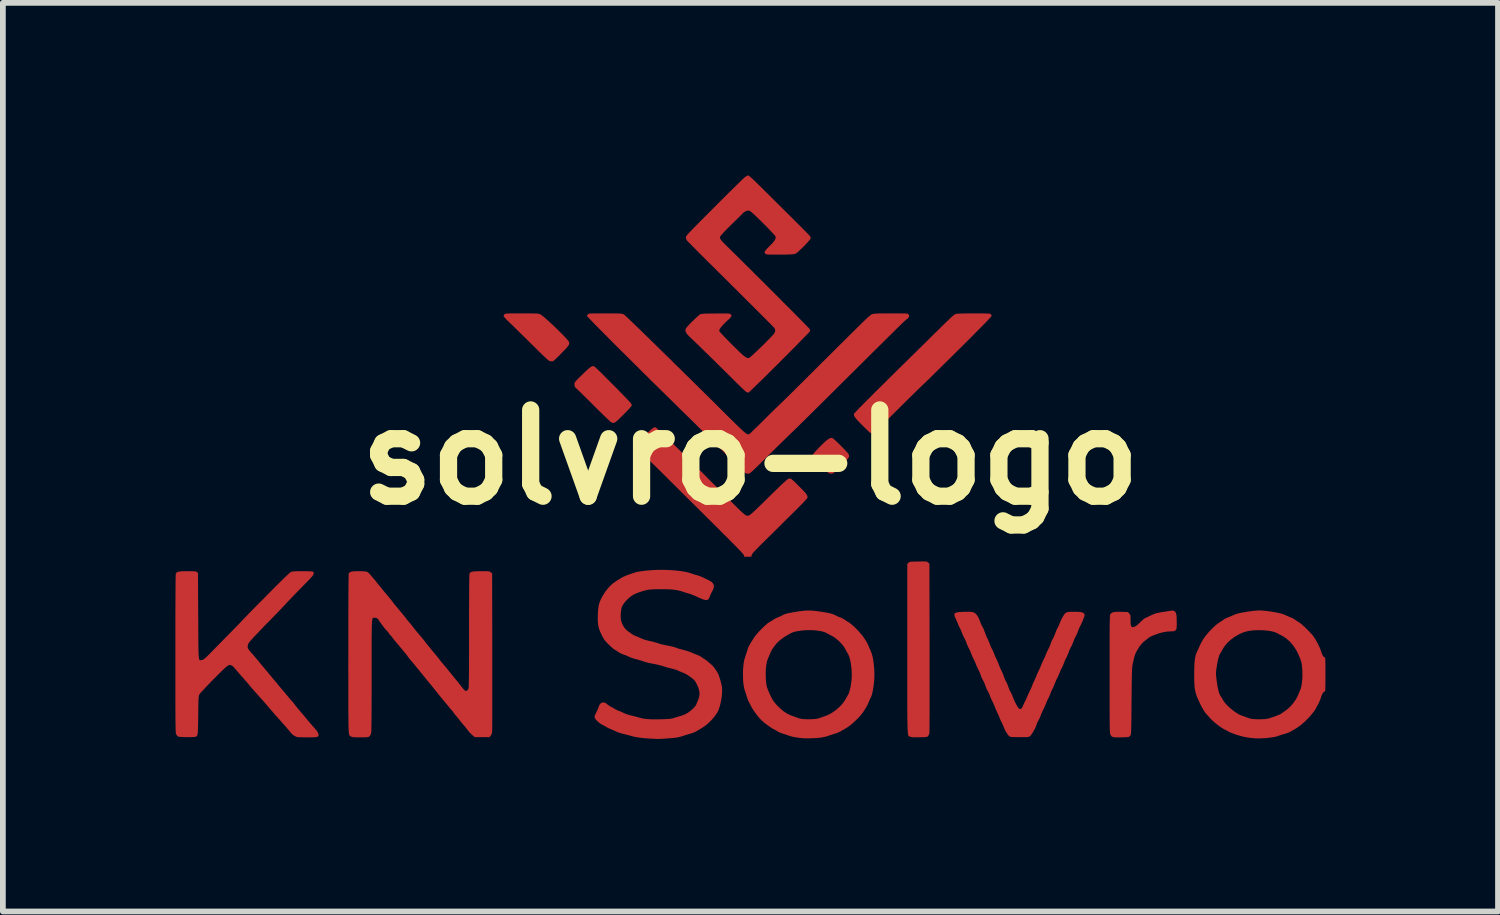
<source format=kicad_pcb>
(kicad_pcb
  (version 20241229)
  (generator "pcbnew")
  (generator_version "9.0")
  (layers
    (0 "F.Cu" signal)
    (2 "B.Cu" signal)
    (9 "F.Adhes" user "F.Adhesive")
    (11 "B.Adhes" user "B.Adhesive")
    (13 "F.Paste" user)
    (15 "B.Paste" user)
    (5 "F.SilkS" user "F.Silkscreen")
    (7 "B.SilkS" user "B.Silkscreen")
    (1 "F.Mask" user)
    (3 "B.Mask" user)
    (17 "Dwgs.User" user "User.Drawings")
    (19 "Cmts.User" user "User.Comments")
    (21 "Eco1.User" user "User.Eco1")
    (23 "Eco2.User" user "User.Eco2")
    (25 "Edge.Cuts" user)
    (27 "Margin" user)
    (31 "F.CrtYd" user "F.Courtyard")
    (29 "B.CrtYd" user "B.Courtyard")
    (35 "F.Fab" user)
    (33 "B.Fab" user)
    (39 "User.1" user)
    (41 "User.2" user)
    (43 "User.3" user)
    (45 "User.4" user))
  (footprint "solvro-logo"
    (layer "F.Cu")
    (at 10 4.901)
    (property "Reference" "solvro-logo" (at 0 0 0) (layer "F.SilkS") (effects (font (size 1.5 1.5) (thickness 0.3))))
    (attr board_only exclude_from_pos_files exclude_from_bom)
    (fp_poly (pts (xy 1.425 -0.333) (xy 1.443 -0.321) (xy 1.468 -0.3) (xy 1.501 -0.269) (xy 1.545 -0.227) (xy 1.563 -0.209) (xy 1.601 -0.17) (xy 1.636 -0.135) (xy 1.665 -0.104) (xy 1.687 -0.079) (xy 1.701 -0.063) (xy 1.703 -0.059) (xy 1.711 -0.042) (xy 1.716 -0.027) (xy 1.715 -0.011) (xy 1.708 0.006) (xy 1.694 0.027) (xy 1.672 0.053) (xy 1.64 0.086) (xy 1.599 0.129) (xy 1.587 0.141) (xy 1.549 0.178) (xy 1.514 0.213) (xy 1.484 0.242) (xy 1.46 0.264) (xy 1.445 0.276) (xy 1.442 0.279) (xy 1.409 0.287) (xy 1.372 0.281) (xy 1.367 0.279) (xy 1.354 0.271) (xy 1.332 0.252) (xy 1.304 0.227) (xy 1.27 0.196) (xy 1.234 0.161) (xy 1.197 0.126) (xy 1.162 0.091) (xy 1.131 0.059) (xy 1.106 0.031) (xy 1.089 0.011) (xy 1.086 0.007) (xy 1.079 -0.006) (xy 1.077 -0.02) (xy 1.082 -0.036) (xy 1.094 -0.056) (xy 1.114 -0.082) (xy 1.144 -0.115) (xy 1.184 -0.157) (xy 1.206 -0.18) (xy 1.257 -0.23) (xy 1.298 -0.27) (xy 1.333 -0.299) (xy 1.361 -0.318) (xy 1.385 -0.331) (xy 1.406 -0.336) (xy 1.415 -0.336)) (stroke (width 0) (type solid)) (fill yes) (layer "F.Cu"))
    (fp_poly (pts (xy -2.728 -1.583) (xy -2.717 -1.58) (xy -2.707 -1.573) (xy -2.688 -1.555) (xy -2.66 -1.529) (xy -2.624 -1.495) (xy -2.583 -1.454) (xy -2.537 -1.408) (xy -2.487 -1.359) (xy -2.435 -1.306) (xy -2.382 -1.253) (xy -2.329 -1.2) (xy -2.278 -1.148) (xy -2.23 -1.099) (xy -2.186 -1.054) (xy -2.148 -1.014) (xy -2.116 -0.98) (xy -2.093 -0.955) (xy -2.079 -0.939) (xy -2.076 -0.934) (xy -2.06 -0.905) (xy -2.083 -0.873) (xy -2.095 -0.857) (xy -2.117 -0.833) (xy -2.147 -0.802) (xy -2.182 -0.766) (xy -2.22 -0.728) (xy -2.23 -0.718) (xy -2.274 -0.675) (xy -2.309 -0.642) (xy -2.336 -0.619) (xy -2.357 -0.604) (xy -2.375 -0.597) (xy -2.391 -0.596) (xy -2.406 -0.601) (xy -2.423 -0.61) (xy -2.427 -0.613) (xy -2.438 -0.621) (xy -2.459 -0.641) (xy -2.489 -0.669) (xy -2.527 -0.705) (xy -2.572 -0.749) (xy -2.622 -0.797) (xy -2.676 -0.851) (xy -2.733 -0.907) (xy -2.742 -0.917) (xy -2.798 -0.973) (xy -2.851 -1.025) (xy -2.9 -1.073) (xy -2.942 -1.115) (xy -2.978 -1.15) (xy -3.007 -1.178) (xy -3.026 -1.196) (xy -3.035 -1.204) (xy -3.035 -1.204) (xy -3.044 -1.211) (xy -3.053 -1.229) (xy -3.059 -1.253) (xy -3.06 -1.274) (xy -3.06 -1.284) (xy -3.057 -1.294) (xy -3.05 -1.306) (xy -3.038 -1.321) (xy -3.019 -1.342) (xy -2.993 -1.369) (xy -2.957 -1.404) (xy -2.921 -1.439) (xy -2.873 -1.486) (xy -2.834 -1.523) (xy -2.803 -1.55) (xy -2.779 -1.568) (xy -2.759 -1.579) (xy -2.743 -1.584)) (stroke (width 0) (type solid)) (fill yes) (layer "F.Cu"))
    (fp_poly (pts (xy -3.975 -2.501) (xy -3.898 -2.501) (xy -3.837 -2.501) (xy -3.787 -2.5) (xy -3.749 -2.499) (xy -3.72 -2.498) (xy -3.698 -2.496) (xy -3.682 -2.494) (xy -3.669 -2.491) (xy -3.659 -2.487) (xy -3.654 -2.485) (xy -3.636 -2.474) (xy -3.61 -2.453) (xy -3.575 -2.425) (xy -3.535 -2.389) (xy -3.491 -2.349) (xy -3.443 -2.305) (xy -3.395 -2.259) (xy -3.347 -2.212) (xy -3.301 -2.167) (xy -3.258 -2.124) (xy -3.221 -2.085) (xy -3.19 -2.052) (xy -3.168 -2.026) (xy -3.155 -2.008) (xy -3.153 -2.004) (xy -3.15 -1.988) (xy -3.151 -1.974) (xy -3.155 -1.959) (xy -3.165 -1.941) (xy -3.182 -1.919) (xy -3.206 -1.891) (xy -3.24 -1.856) (xy -3.284 -1.811) (xy -3.29 -1.805) (xy -3.333 -1.76) (xy -3.367 -1.727) (xy -3.393 -1.702) (xy -3.412 -1.685) (xy -3.427 -1.674) (xy -3.438 -1.669) (xy -3.448 -1.667) (xy -3.452 -1.667) (xy -3.477 -1.669) (xy -3.496 -1.674) (xy -3.504 -1.679) (xy -3.517 -1.689) (xy -3.536 -1.705) (xy -3.561 -1.728) (xy -3.593 -1.758) (xy -3.633 -1.796) (xy -3.681 -1.843) (xy -3.738 -1.9) (xy -3.806 -1.966) (xy -3.883 -2.043) (xy -3.936 -2.095) (xy -3.991 -2.149) (xy -4.044 -2.201) (xy -4.094 -2.25) (xy -4.138 -2.293) (xy -4.175 -2.328) (xy -4.19 -2.343) (xy -4.224 -2.376) (xy -4.253 -2.405) (xy -4.275 -2.43) (xy -4.289 -2.447) (xy -4.293 -2.454) (xy -4.287 -2.47) (xy -4.277 -2.485) (xy -4.272 -2.489) (xy -4.265 -2.493) (xy -4.256 -2.495) (xy -4.242 -2.497) (xy -4.221 -2.499) (xy -4.193 -2.5) (xy -4.155 -2.501) (xy -4.105 -2.501) (xy -4.042 -2.501)) (stroke (width 0) (type solid)) (fill yes) (layer "F.Cu"))
    (fp_poly (pts (xy 3.037 1.813) (xy 3.056 1.814) (xy 3.069 1.817) (xy 3.078 1.822) (xy 3.086 1.828) (xy 3.09 1.831) (xy 3.113 1.851) (xy 3.116 3.305) (xy 3.116 3.458) (xy 3.116 3.607) (xy 3.116 3.75) (xy 3.116 3.889) (xy 3.116 4.02) (xy 3.116 4.144) (xy 3.116 4.26) (xy 3.116 4.367) (xy 3.116 4.464) (xy 3.115 4.55) (xy 3.115 4.624) (xy 3.115 4.686) (xy 3.114 4.735) (xy 3.114 4.77) (xy 3.113 4.789) (xy 3.113 4.794) (xy 3.106 4.821) (xy 3.094 4.844) (xy 3.09 4.848) (xy 3.083 4.856) (xy 3.074 4.861) (xy 3.061 4.865) (xy 3.042 4.867) (xy 3.013 4.869) (xy 2.971 4.87) (xy 2.955 4.87) (xy 2.911 4.871) (xy 2.872 4.871) (xy 2.841 4.871) (xy 2.821 4.87) (xy 2.817 4.87) (xy 2.794 4.865) (xy 2.774 4.859) (xy 2.769 4.857) (xy 2.763 4.856) (xy 2.759 4.854) (xy 2.754 4.851) (xy 2.751 4.847) (xy 2.747 4.841) (xy 2.744 4.831) (xy 2.741 4.818) (xy 2.739 4.801) (xy 2.737 4.779) (xy 2.735 4.75) (xy 2.733 4.716) (xy 2.732 4.674) (xy 2.731 4.624) (xy 2.73 4.566) (xy 2.729 4.499) (xy 2.729 4.422) (xy 2.728 4.334) (xy 2.728 4.235) (xy 2.728 4.124) (xy 2.728 4.001) (xy 2.728 3.864) (xy 2.728 3.713) (xy 2.728 3.547) (xy 2.728 3.366) (xy 2.728 3.33) (xy 2.728 1.857) (xy 2.749 1.836) (xy 2.756 1.829) (xy 2.764 1.824) (xy 2.776 1.82) (xy 2.792 1.818) (xy 2.817 1.816) (xy 2.852 1.815) (xy 2.9 1.814) (xy 2.918 1.814) (xy 2.97 1.813) (xy 3.009 1.812)) (stroke (width 0) (type solid)) (fill yes) (layer "F.Cu"))
    (fp_poly (pts (xy 3.961 -2.501) (xy 4.022 -2.501) (xy 4.07 -2.5) (xy 4.107 -2.499) (xy 4.134 -2.498) (xy 4.153 -2.496) (xy 4.166 -2.493) (xy 4.175 -2.49) (xy 4.177 -2.488) (xy 4.191 -2.473) (xy 4.195 -2.459) (xy 4.191 -2.451) (xy 4.176 -2.433) (xy 4.15 -2.405) (xy 4.115 -2.368) (xy 4.069 -2.32) (xy 4.012 -2.262) (xy 3.944 -2.194) (xy 3.866 -2.114) (xy 3.776 -2.024) (xy 3.674 -1.923) (xy 3.667 -1.916) (xy 3.586 -1.836) (xy 3.507 -1.757) (xy 3.43 -1.681) (xy 3.356 -1.608) (xy 3.286 -1.539) (xy 3.221 -1.475) (xy 3.163 -1.418) (xy 3.112 -1.368) (xy 3.069 -1.326) (xy 3.036 -1.294) (xy 3.016 -1.275) (xy 2.988 -1.249) (xy 2.95 -1.212) (xy 2.903 -1.167) (xy 2.85 -1.114) (xy 2.79 -1.056) (xy 2.726 -0.993) (xy 2.66 -0.927) (xy 2.592 -0.86) (xy 2.528 -0.796) (xy 2.161 -0.431) (xy 2.12 -0.427) (xy 2.079 -0.424) (xy 1.957 -0.544) (xy 1.906 -0.595) (xy 1.867 -0.636) (xy 1.838 -0.67) (xy 1.817 -0.696) (xy 1.805 -0.718) (xy 1.8 -0.736) (xy 1.801 -0.751) (xy 1.803 -0.757) (xy 1.811 -0.767) (xy 1.83 -0.787) (xy 1.859 -0.818) (xy 1.899 -0.86) (xy 1.95 -0.911) (xy 2.01 -0.972) (xy 2.08 -1.041) (xy 2.158 -1.12) (xy 2.246 -1.207) (xy 2.342 -1.302) (xy 2.446 -1.405) (xy 2.557 -1.515) (xy 2.676 -1.632) (xy 2.802 -1.756) (xy 2.843 -1.796) (xy 2.878 -1.83) (xy 2.922 -1.874) (xy 2.974 -1.925) (xy 3.032 -1.982) (xy 3.093 -2.042) (xy 3.156 -2.105) (xy 3.219 -2.167) (xy 3.26 -2.206) (xy 3.325 -2.271) (xy 3.379 -2.324) (xy 3.425 -2.368) (xy 3.462 -2.404) (xy 3.492 -2.432) (xy 3.516 -2.453) (xy 3.534 -2.469) (xy 3.549 -2.479) (xy 3.561 -2.486) (xy 3.57 -2.491) (xy 3.575 -2.492) (xy 3.595 -2.495) (xy 3.629 -2.497) (xy 3.678 -2.499) (xy 3.739 -2.5) (xy 3.813 -2.501) (xy 3.885 -2.501)) (stroke (width 0) (type solid)) (fill yes) (layer "F.Cu"))
    (fp_poly (pts (xy -1.645 -0.517) (xy -1.626 -0.501) (xy -1.597 -0.475) (xy -1.559 -0.44) (xy -1.514 -0.398) (xy -1.462 -0.348) (xy -1.404 -0.292) (xy -1.342 -0.231) (xy -1.275 -0.165) (xy -1.244 -0.134) (xy -1.188 -0.078) (xy -1.132 -0.022) (xy -1.076 0.033) (xy -1.024 0.084) (xy -0.977 0.131) (xy -0.937 0.17) (xy -0.907 0.2) (xy -0.907 0.2) (xy -0.863 0.243) (xy -0.814 0.292) (xy -0.764 0.342) (xy -0.719 0.388) (xy -0.704 0.403) (xy -0.661 0.446) (xy -0.611 0.495) (xy -0.561 0.545) (xy -0.516 0.591) (xy -0.505 0.601) (xy -0.466 0.64) (xy -0.426 0.68) (xy -0.388 0.718) (xy -0.355 0.751) (xy -0.343 0.763) (xy -0.285 0.822) (xy -0.232 0.875) (xy -0.185 0.92) (xy -0.146 0.957) (xy -0.114 0.984) (xy -0.092 1.002) (xy -0.083 1.008) (xy -0.071 1.013) (xy -0.06 1.017) (xy -0.05 1.018) (xy -0.039 1.017) (xy -0.026 1.013) (xy -0.01 1.003) (xy 0.01 0.989) (xy 0.034 0.969) (xy 0.064 0.941) (xy 0.101 0.906) (xy 0.146 0.863) (xy 0.2 0.811) (xy 0.264 0.749) (xy 0.317 0.696) (xy 0.387 0.627) (xy 0.447 0.569) (xy 0.497 0.52) (xy 0.539 0.48) (xy 0.573 0.448) (xy 0.601 0.423) (xy 0.622 0.404) (xy 0.639 0.39) (xy 0.652 0.381) (xy 0.662 0.375) (xy 0.67 0.372) (xy 0.675 0.371) (xy 0.685 0.37) (xy 0.694 0.371) (xy 0.704 0.375) (xy 0.717 0.383) (xy 0.733 0.397) (xy 0.756 0.417) (xy 0.786 0.446) (xy 0.825 0.485) (xy 0.842 0.502) (xy 0.889 0.549) (xy 0.925 0.586) (xy 0.952 0.616) (xy 0.971 0.64) (xy 0.983 0.66) (xy 0.99 0.677) (xy 0.993 0.694) (xy 0.993 0.704) (xy 0.987 0.714) (xy 0.971 0.733) (xy 0.944 0.762) (xy 0.909 0.8) (xy 0.865 0.845) (xy 0.814 0.897) (xy 0.768 0.942) (xy 0.706 1.004) (xy 0.635 1.073) (xy 0.561 1.147) (xy 0.487 1.221) (xy 0.415 1.292) (xy 0.35 1.356) (xy 0.325 1.381) (xy 0.257 1.448) (xy 0.2 1.504) (xy 0.153 1.551) (xy 0.115 1.59) (xy 0.085 1.621) (xy 0.062 1.646) (xy 0.045 1.666) (xy 0.033 1.681) (xy 0.026 1.692) (xy 0.022 1.701) (xy 0.02 1.708) (xy 0.02 1.711) (xy 0.02 1.721) (xy 0.015 1.727) (xy 0.004 1.73) (xy -0.018 1.731) (xy -0.044 1.731) (xy -0.107 1.731) (xy -0.112 1.706) (xy -0.115 1.699) (xy -0.123 1.689) (xy -0.136 1.673) (xy -0.154 1.653) (xy -0.179 1.626) (xy -0.211 1.593) (xy -0.25 1.553) (xy -0.297 1.505) (xy -0.352 1.45) (xy -0.416 1.385) (xy -0.49 1.312) (xy -0.573 1.228) (xy -0.668 1.134) (xy -0.752 1.051) (xy -0.84 0.963) (xy -0.928 0.876) (xy -1.015 0.79) (xy -1.099 0.707) (xy -1.179 0.627) (xy -1.255 0.552) (xy -1.325 0.482) (xy -1.389 0.419) (xy -1.445 0.363) (xy -1.492 0.316) (xy -1.53 0.279) (xy -1.553 0.255) (xy -1.605 0.204) (xy -1.662 0.148) (xy -1.72 0.092) (xy -1.776 0.037) (xy -1.826 -0.011) (xy -1.855 -0.039) (xy -1.905 -0.087) (xy -1.943 -0.125) (xy -1.969 -0.153) (xy -1.985 -0.173) (xy -1.99 -0.185) (xy -1.99 -0.185) (xy -1.988 -0.2) (xy -1.98 -0.218) (xy -1.965 -0.24) (xy -1.943 -0.267) (xy -1.912 -0.302) (xy -1.87 -0.344) (xy -1.835 -0.38) (xy -1.782 -0.431) (xy -1.739 -0.47) (xy -1.705 -0.498) (xy -1.678 -0.515) (xy -1.659 -0.522) (xy -1.654 -0.523)) (stroke (width 0) (type solid)) (fill yes) (layer "F.Cu"))
    (fp_poly (pts (xy 7.353 2.668) (xy 7.362 2.671) (xy 7.37 2.675) (xy 7.371 2.676) (xy 7.386 2.688) (xy 7.398 2.705) (xy 7.406 2.728) (xy 7.411 2.76) (xy 7.413 2.803) (xy 7.414 2.86) (xy 7.414 2.866) (xy 7.414 2.913) (xy 7.413 2.947) (xy 7.412 2.97) (xy 7.409 2.985) (xy 7.405 2.995) (xy 7.399 3.004) (xy 7.394 3.008) (xy 7.378 3.021) (xy 7.358 3.027) (xy 7.331 3.028) (xy 7.25 3.032) (xy 7.175 3.044) (xy 7.098 3.065) (xy 7.041 3.086) (xy 7.002 3.101) (xy 6.968 3.116) (xy 6.942 3.129) (xy 6.928 3.138) (xy 6.926 3.139) (xy 6.914 3.151) (xy 6.893 3.167) (xy 6.879 3.177) (xy 6.836 3.212) (xy 6.795 3.255) (xy 6.76 3.301) (xy 6.746 3.324) (xy 6.73 3.352) (xy 6.714 3.38) (xy 6.708 3.391) (xy 6.695 3.418) (xy 6.681 3.46) (xy 6.666 3.516) (xy 6.651 3.584) (xy 6.646 3.608) (xy 6.643 3.623) (xy 6.641 3.641) (xy 6.639 3.665) (xy 6.637 3.694) (xy 6.636 3.729) (xy 6.634 3.774) (xy 6.633 3.827) (xy 6.632 3.891) (xy 6.631 3.967) (xy 6.63 4.056) (xy 6.629 4.158) (xy 6.628 4.244) (xy 6.627 4.355) (xy 6.626 4.45) (xy 6.626 4.531) (xy 6.625 4.6) (xy 6.624 4.657) (xy 6.623 4.704) (xy 6.622 4.741) (xy 6.621 4.77) (xy 6.619 4.792) (xy 6.617 4.809) (xy 6.615 4.821) (xy 6.613 4.829) (xy 6.611 4.835) (xy 6.609 4.838) (xy 6.593 4.855) (xy 6.576 4.866) (xy 6.564 4.867) (xy 6.539 4.869) (xy 6.505 4.87) (xy 6.466 4.872) (xy 6.426 4.872) (xy 6.388 4.873) (xy 6.357 4.873) (xy 6.336 4.872) (xy 6.33 4.871) (xy 6.302 4.864) (xy 6.284 4.857) (xy 6.273 4.845) (xy 6.263 4.828) (xy 6.261 4.823) (xy 6.258 4.818) (xy 6.257 4.811) (xy 6.255 4.801) (xy 6.253 4.789) (xy 6.252 4.773) (xy 6.251 4.751) (xy 6.25 4.724) (xy 6.249 4.691) (xy 6.249 4.65) (xy 6.248 4.6) (xy 6.248 4.542) (xy 6.247 4.473) (xy 6.247 4.394) (xy 6.247 4.302) (xy 6.247 4.199) (xy 6.247 4.081) (xy 6.247 3.95) (xy 6.247 3.803) (xy 6.247 3.771) (xy 6.247 3.621) (xy 6.247 3.487) (xy 6.247 3.367) (xy 6.247 3.26) (xy 6.247 3.167) (xy 6.247 3.085) (xy 6.247 3.015) (xy 6.248 2.955) (xy 6.248 2.904) (xy 6.249 2.862) (xy 6.25 2.827) (xy 6.251 2.799) (xy 6.252 2.778) (xy 6.253 2.761) (xy 6.254 2.749) (xy 6.256 2.74) (xy 6.258 2.734) (xy 6.26 2.73) (xy 6.262 2.727) (xy 6.263 2.725) (xy 6.278 2.711) (xy 6.298 2.7) (xy 6.325 2.693) (xy 6.361 2.689) (xy 6.41 2.688) (xy 6.452 2.689) (xy 6.564 2.692) (xy 6.588 2.718) (xy 6.598 2.73) (xy 6.605 2.742) (xy 6.609 2.756) (xy 6.611 2.777) (xy 6.611 2.809) (xy 6.611 2.834) (xy 6.612 2.882) (xy 6.615 2.916) (xy 6.621 2.938) (xy 6.63 2.95) (xy 6.643 2.955) (xy 6.649 2.955) (xy 6.673 2.951) (xy 6.7 2.938) (xy 6.733 2.914) (xy 6.772 2.878) (xy 6.779 2.87) (xy 6.806 2.845) (xy 6.83 2.823) (xy 6.849 2.808) (xy 6.856 2.803) (xy 6.913 2.776) (xy 6.957 2.755) (xy 6.993 2.739) (xy 7.022 2.726) (xy 7.049 2.717) (xy 7.075 2.71) (xy 7.105 2.704) (xy 7.139 2.697) (xy 7.182 2.69) (xy 7.198 2.688) (xy 7.251 2.679) (xy 7.291 2.673) (xy 7.319 2.669) (xy 7.339 2.667)) (stroke (width 0) (type solid)) (fill yes) (layer "F.Cu"))
    (fp_poly (pts (xy 2.524 -2.501) (xy 2.586 -2.501) (xy 2.634 -2.5) (xy 2.671 -2.5) (xy 2.698 -2.499) (xy 2.718 -2.497) (xy 2.731 -2.495) (xy 2.739 -2.492) (xy 2.745 -2.488) (xy 2.747 -2.486) (xy 2.76 -2.463) (xy 2.758 -2.44) (xy 2.74 -2.417) (xy 2.721 -2.402) (xy 2.715 -2.397) (xy 2.708 -2.391) (xy 2.698 -2.383) (xy 2.686 -2.372) (xy 2.671 -2.358) (xy 2.653 -2.341) (xy 2.631 -2.32) (xy 2.605 -2.294) (xy 2.574 -2.264) (xy 2.537 -2.228) (xy 2.495 -2.187) (xy 2.447 -2.139) (xy 2.392 -2.085) (xy 2.33 -2.023) (xy 2.26 -1.954) (xy 2.182 -1.877) (xy 2.095 -1.791) (xy 2 -1.696) (xy 1.895 -1.592) (xy 1.78 -1.477) (xy 1.654 -1.353) (xy 1.518 -1.217) (xy 1.498 -1.197) (xy 1.41 -1.11) (xy 1.323 -1.024) (xy 1.239 -0.94) (xy 1.157 -0.859) (xy 1.08 -0.783) (xy 1.008 -0.712) (xy 0.942 -0.646) (xy 0.882 -0.588) (xy 0.831 -0.537) (xy 0.788 -0.495) (xy 0.754 -0.462) (xy 0.731 -0.44) (xy 0.73 -0.439) (xy 0.693 -0.404) (xy 0.648 -0.36) (xy 0.596 -0.309) (xy 0.54 -0.255) (xy 0.484 -0.2) (xy 0.429 -0.146) (xy 0.413 -0.13) (xy 0.333 -0.051) (xy 0.264 0.018) (xy 0.205 0.076) (xy 0.155 0.126) (xy 0.113 0.167) (xy 0.078 0.2) (xy 0.05 0.227) (xy 0.028 0.247) (xy 0.01 0.263) (xy -0.004 0.273) (xy -0.014 0.281) (xy -0.022 0.285) (xy -0.029 0.287) (xy -0.035 0.287) (xy -0.038 0.287) (xy -0.063 0.285) (xy -0.084 0.279) (xy -0.093 0.272) (xy -0.112 0.255) (xy -0.141 0.228) (xy -0.178 0.192) (xy -0.222 0.149) (xy -0.273 0.1) (xy -0.329 0.045) (xy -0.39 -0.015) (xy -0.453 -0.078) (xy -0.47 -0.095) (xy -0.545 -0.17) (xy -0.626 -0.25) (xy -0.71 -0.333) (xy -0.794 -0.417) (xy -0.877 -0.499) (xy -0.957 -0.578) (xy -1.031 -0.651) (xy -1.096 -0.715) (xy -1.124 -0.742) (xy -1.244 -0.859) (xy -1.363 -0.977) (xy -1.482 -1.094) (xy -1.599 -1.209) (xy -1.715 -1.323) (xy -1.828 -1.435) (xy -1.938 -1.544) (xy -2.044 -1.649) (xy -2.146 -1.751) (xy -2.244 -1.848) (xy -2.336 -1.939) (xy -2.422 -2.026) (xy -2.502 -2.106) (xy -2.574 -2.179) (xy -2.64 -2.245) (xy -2.697 -2.303) (xy -2.745 -2.352) (xy -2.784 -2.393) (xy -2.814 -2.424) (xy -2.833 -2.445) (xy -2.841 -2.455) (xy -2.842 -2.456) (xy -2.836 -2.471) (xy -2.825 -2.485) (xy -2.82 -2.489) (xy -2.814 -2.493) (xy -2.805 -2.495) (xy -2.791 -2.497) (xy -2.77 -2.499) (xy -2.741 -2.5) (xy -2.703 -2.501) (xy -2.653 -2.501) (xy -2.59 -2.501) (xy -2.525 -2.501) (xy -2.447 -2.501) (xy -2.383 -2.501) (xy -2.332 -2.5) (xy -2.292 -2.499) (xy -2.262 -2.497) (xy -2.24 -2.495) (xy -2.224 -2.493) (xy -2.213 -2.489) (xy -2.212 -2.489) (xy -2.208 -2.487) (xy -2.201 -2.482) (xy -2.192 -2.475) (xy -2.181 -2.465) (xy -2.166 -2.452) (xy -2.147 -2.435) (xy -2.124 -2.414) (xy -2.097 -2.387) (xy -2.064 -2.356) (xy -2.025 -2.319) (xy -1.981 -2.276) (xy -1.93 -2.227) (xy -1.872 -2.17) (xy -1.806 -2.106) (xy -1.733 -2.034) (xy -1.651 -1.954) (xy -1.56 -1.865) (xy -1.46 -1.767) (xy -1.35 -1.659) (xy -1.23 -1.541) (xy -1.099 -1.412) (xy -0.992 -1.307) (xy -0.944 -1.259) (xy -0.886 -1.202) (xy -0.821 -1.138) (xy -0.751 -1.069) (xy -0.677 -0.996) (xy -0.602 -0.921) (xy -0.528 -0.847) (xy -0.456 -0.776) (xy -0.433 -0.753) (xy -0.358 -0.678) (xy -0.293 -0.615) (xy -0.239 -0.561) (xy -0.193 -0.517) (xy -0.155 -0.481) (xy -0.123 -0.452) (xy -0.098 -0.431) (xy -0.078 -0.415) (xy -0.061 -0.405) (xy -0.049 -0.399) (xy -0.038 -0.397) (xy -0.029 -0.399) (xy -0.02 -0.402) (xy -0.018 -0.403) (xy -0.009 -0.41) (xy 0.01 -0.427) (xy 0.037 -0.454) (xy 0.072 -0.488) (xy 0.114 -0.528) (xy 0.16 -0.573) (xy 0.209 -0.622) (xy 0.221 -0.634) (xy 0.273 -0.686) (xy 0.323 -0.736) (xy 0.37 -0.782) (xy 0.412 -0.823) (xy 0.448 -0.858) (xy 0.476 -0.885) (xy 0.493 -0.901) (xy 0.495 -0.902) (xy 0.512 -0.919) (xy 0.54 -0.946) (xy 0.575 -0.98) (xy 0.616 -1.02) (xy 0.662 -1.065) (xy 0.709 -1.112) (xy 0.73 -1.132) (xy 0.775 -1.177) (xy 0.817 -1.219) (xy 0.854 -1.256) (xy 0.885 -1.286) (xy 0.908 -1.309) (xy 0.921 -1.322) (xy 0.924 -1.325) (xy 0.931 -1.332) (xy 0.948 -1.349) (xy 0.976 -1.376) (xy 1.012 -1.413) (xy 1.057 -1.457) (xy 1.11 -1.51) (xy 1.169 -1.569) (xy 1.234 -1.634) (xy 1.305 -1.704) (xy 1.38 -1.778) (xy 1.458 -1.856) (xy 1.507 -1.905) (xy 1.602 -1.999) (xy 1.685 -2.082) (xy 1.759 -2.155) (xy 1.823 -2.218) (xy 1.878 -2.273) (xy 1.926 -2.32) (xy 1.966 -2.359) (xy 2 -2.391) (xy 2.028 -2.418) (xy 2.051 -2.439) (xy 2.07 -2.455) (xy 2.085 -2.467) (xy 2.097 -2.476) (xy 2.106 -2.482) (xy 2.114 -2.486) (xy 2.122 -2.489) (xy 2.123 -2.489) (xy 2.137 -2.492) (xy 2.156 -2.495) (xy 2.182 -2.497) (xy 2.216 -2.499) (xy 2.259 -2.5) (xy 2.314 -2.501) (xy 2.382 -2.501) (xy 2.449 -2.501)) (stroke (width 0) (type solid)) (fill yes) (layer "F.Cu"))
    (fp_poly (pts (xy 1.054 2.667) (xy 1.108 2.671) (xy 1.168 2.678) (xy 1.2 2.683) (xy 1.27 2.694) (xy 1.327 2.703) (xy 1.372 2.712) (xy 1.408 2.721) (xy 1.438 2.731) (xy 1.464 2.741) (xy 1.483 2.752) (xy 1.515 2.768) (xy 1.551 2.783) (xy 1.566 2.788) (xy 1.599 2.802) (xy 1.632 2.821) (xy 1.643 2.829) (xy 1.671 2.848) (xy 1.701 2.867) (xy 1.713 2.873) (xy 1.73 2.885) (xy 1.757 2.906) (xy 1.788 2.934) (xy 1.822 2.965) (xy 1.839 2.982) (xy 1.897 3.043) (xy 1.95 3.107) (xy 1.995 3.171) (xy 2.031 3.23) (xy 2.054 3.282) (xy 2.068 3.316) (xy 2.084 3.353) (xy 2.092 3.37) (xy 2.109 3.412) (xy 2.124 3.468) (xy 2.137 3.533) (xy 2.146 3.604) (xy 2.153 3.679) (xy 2.156 3.755) (xy 2.156 3.827) (xy 2.153 3.876) (xy 2.145 3.953) (xy 2.135 4.023) (xy 2.124 4.084) (xy 2.111 4.134) (xy 2.098 4.171) (xy 2.092 4.183) (xy 2.078 4.21) (xy 2.063 4.244) (xy 2.053 4.27) (xy 2.036 4.308) (xy 2.011 4.354) (xy 1.98 4.403) (xy 1.948 4.45) (xy 1.919 4.486) (xy 1.877 4.533) (xy 1.828 4.581) (xy 1.778 4.627) (xy 1.728 4.668) (xy 1.683 4.7) (xy 1.663 4.712) (xy 1.635 4.729) (xy 1.601 4.748) (xy 1.574 4.764) (xy 1.539 4.782) (xy 1.5 4.798) (xy 1.473 4.807) (xy 1.44 4.817) (xy 1.4 4.83) (xy 1.361 4.843) (xy 1.359 4.844) (xy 1.318 4.857) (xy 1.272 4.868) (xy 1.231 4.876) (xy 1.231 4.876) (xy 1.188 4.88) (xy 1.136 4.884) (xy 1.079 4.887) (xy 1.023 4.889) (xy 0.973 4.889) (xy 0.933 4.888) (xy 0.928 4.888) (xy 0.847 4.88) (xy 0.778 4.87) (xy 0.717 4.857) (xy 0.665 4.841) (xy 0.625 4.827) (xy 0.586 4.814) (xy 0.552 4.804) (xy 0.539 4.799) (xy 0.509 4.788) (xy 0.481 4.774) (xy 0.469 4.766) (xy 0.444 4.75) (xy 0.415 4.735) (xy 0.408 4.732) (xy 0.384 4.719) (xy 0.351 4.697) (xy 0.313 4.671) (xy 0.273 4.642) (xy 0.235 4.612) (xy 0.203 4.584) (xy 0.192 4.574) (xy 0.156 4.536) (xy 0.117 4.488) (xy 0.079 4.437) (xy 0.044 4.387) (xy 0.018 4.342) (xy 0.018 4.341) (xy 0.001 4.309) (xy -0.015 4.278) (xy -0.028 4.255) (xy -0.029 4.252) (xy -0.04 4.228) (xy -0.052 4.197) (xy -0.06 4.171) (xy -0.071 4.135) (xy -0.085 4.093) (xy -0.096 4.061) (xy -0.11 4.013) (xy -0.12 3.952) (xy -0.127 3.882) (xy -0.129 3.805) (xy -0.129 3.771) (xy 0.266 3.771) (xy 0.269 3.863) (xy 0.27 3.881) (xy 0.274 3.923) (xy 0.278 3.956) (xy 0.284 3.984) (xy 0.292 4.012) (xy 0.305 4.045) (xy 0.322 4.088) (xy 0.346 4.14) (xy 0.37 4.189) (xy 0.394 4.23) (xy 0.406 4.248) (xy 0.456 4.309) (xy 0.513 4.366) (xy 0.574 4.416) (xy 0.636 4.458) (xy 0.696 4.487) (xy 0.709 4.492) (xy 0.745 4.505) (xy 0.782 4.518) (xy 0.805 4.527) (xy 0.843 4.541) (xy 0.882 4.55) (xy 0.924 4.555) (xy 0.975 4.557) (xy 1.037 4.557) (xy 1.042 4.557) (xy 1.093 4.555) (xy 1.131 4.552) (xy 1.162 4.547) (xy 1.188 4.54) (xy 1.2 4.536) (xy 1.234 4.525) (xy 1.274 4.511) (xy 1.308 4.499) (xy 1.37 4.473) (xy 1.434 4.435) (xy 1.498 4.388) (xy 1.556 4.336) (xy 1.607 4.28) (xy 1.646 4.224) (xy 1.654 4.209) (xy 1.671 4.179) (xy 1.686 4.152) (xy 1.698 4.133) (xy 1.699 4.131) (xy 1.711 4.108) (xy 1.723 4.072) (xy 1.734 4.027) (xy 1.745 3.975) (xy 1.753 3.92) (xy 1.756 3.9) (xy 1.762 3.828) (xy 1.762 3.752) (xy 1.758 3.676) (xy 1.749 3.603) (xy 1.737 3.535) (xy 1.721 3.476) (xy 1.702 3.429) (xy 1.695 3.417) (xy 1.677 3.387) (xy 1.661 3.356) (xy 1.652 3.339) (xy 1.624 3.292) (xy 1.584 3.243) (xy 1.537 3.195) (xy 1.485 3.151) (xy 1.433 3.116) (xy 1.407 3.102) (xy 1.375 3.086) (xy 1.342 3.068) (xy 1.325 3.058) (xy 1.284 3.04) (xy 1.229 3.025) (xy 1.164 3.015) (xy 1.092 3.009) (xy 1.016 3.007) (xy 0.939 3.01) (xy 0.863 3.018) (xy 0.862 3.019) (xy 0.816 3.026) (xy 0.782 3.032) (xy 0.754 3.04) (xy 0.729 3.049) (xy 0.7 3.063) (xy 0.666 3.081) (xy 0.609 3.114) (xy 0.554 3.152) (xy 0.505 3.19) (xy 0.464 3.228) (xy 0.439 3.258) (xy 0.418 3.286) (xy 0.397 3.315) (xy 0.391 3.322) (xy 0.374 3.348) (xy 0.358 3.38) (xy 0.349 3.399) (xy 0.335 3.434) (xy 0.318 3.472) (xy 0.309 3.492) (xy 0.29 3.544) (xy 0.277 3.609) (xy 0.268 3.686) (xy 0.266 3.771) (xy -0.129 3.771) (xy -0.129 3.726) (xy -0.126 3.673) (xy -0.122 3.625) (xy -0.118 3.588) (xy -0.113 3.556) (xy -0.107 3.526) (xy -0.097 3.493) (xy -0.084 3.452) (xy -0.074 3.423) (xy -0.062 3.387) (xy -0.053 3.357) (xy -0.046 3.335) (xy -0.045 3.326) (xy -0.04 3.314) (xy -0.029 3.291) (xy -0.012 3.26) (xy 0.008 3.225) (xy 0.031 3.188) (xy 0.054 3.152) (xy 0.074 3.122) (xy 0.097 3.093) (xy 0.126 3.058) (xy 0.161 3.02) (xy 0.198 2.982) (xy 0.235 2.946) (xy 0.27 2.914) (xy 0.299 2.889) (xy 0.321 2.874) (xy 0.323 2.873) (xy 0.348 2.858) (xy 0.378 2.84) (xy 0.392 2.83) (xy 0.422 2.811) (xy 0.458 2.794) (xy 0.476 2.786) (xy 0.511 2.772) (xy 0.549 2.754) (xy 0.566 2.745) (xy 0.586 2.735) (xy 0.609 2.726) (xy 0.638 2.718) (xy 0.677 2.709) (xy 0.727 2.7) (xy 0.749 2.696) (xy 0.827 2.683) (xy 0.893 2.674) (xy 0.95 2.668) (xy 1.002 2.666)) (stroke (width 0) (type solid)) (fill yes) (layer "F.Cu"))
    (fp_poly (pts (xy 8.903 2.667) (xy 8.958 2.672) (xy 9.022 2.681) (xy 9.04 2.683) (xy 9.11 2.694) (xy 9.166 2.705) (xy 9.213 2.715) (xy 9.251 2.726) (xy 9.285 2.738) (xy 9.307 2.748) (xy 9.341 2.763) (xy 9.375 2.778) (xy 9.402 2.788) (xy 9.432 2.802) (xy 9.463 2.821) (xy 9.475 2.829) (xy 9.502 2.848) (xy 9.531 2.866) (xy 9.542 2.872) (xy 9.559 2.884) (xy 9.585 2.905) (xy 9.617 2.933) (xy 9.652 2.966) (xy 9.688 3.001) (xy 9.722 3.036) (xy 9.752 3.068) (xy 9.776 3.094) (xy 9.779 3.099) (xy 9.808 3.14) (xy 9.84 3.192) (xy 9.87 3.248) (xy 9.897 3.304) (xy 9.917 3.354) (xy 9.923 3.373) (xy 9.94 3.422) (xy 9.958 3.457) (xy 9.976 3.477) (xy 9.99 3.482) (xy 9.992 3.485) (xy 9.995 3.494) (xy 9.997 3.51) (xy 9.998 3.536) (xy 9.999 3.572) (xy 10 3.619) (xy 10 3.68) (xy 10 3.755) (xy 10 3.778) (xy 10 3.856) (xy 10 3.92) (xy 9.999 3.97) (xy 9.999 4.008) (xy 9.997 4.036) (xy 9.996 4.055) (xy 9.994 4.067) (xy 9.991 4.073) (xy 9.988 4.074) (xy 9.97 4.082) (xy 9.952 4.106) (xy 9.934 4.144) (xy 9.922 4.179) (xy 9.908 4.219) (xy 9.89 4.261) (xy 9.873 4.297) (xy 9.87 4.301) (xy 9.854 4.33) (xy 9.84 4.355) (xy 9.832 4.373) (xy 9.831 4.374) (xy 9.823 4.389) (xy 9.807 4.412) (xy 9.786 4.44) (xy 9.771 4.459) (xy 9.709 4.53) (xy 9.643 4.596) (xy 9.576 4.655) (xy 9.511 4.703) (xy 9.457 4.736) (xy 9.427 4.752) (xy 9.399 4.768) (xy 9.38 4.779) (xy 9.361 4.788) (xy 9.331 4.799) (xy 9.297 4.81) (xy 9.291 4.811) (xy 9.252 4.822) (xy 9.212 4.835) (xy 9.178 4.847) (xy 9.177 4.848) (xy 9.141 4.859) (xy 9.091 4.869) (xy 9.033 4.877) (xy 8.97 4.884) (xy 8.905 4.888) (xy 8.842 4.89) (xy 8.785 4.889) (xy 8.772 4.888) (xy 8.693 4.881) (xy 8.624 4.871) (xy 8.558 4.857) (xy 8.489 4.837) (xy 8.458 4.828) (xy 8.415 4.813) (xy 8.375 4.798) (xy 8.342 4.785) (xy 8.32 4.775) (xy 8.314 4.771) (xy 8.294 4.759) (xy 8.265 4.744) (xy 8.243 4.733) (xy 8.209 4.714) (xy 8.167 4.686) (xy 8.121 4.652) (xy 8.075 4.615) (xy 8.033 4.577) (xy 7.998 4.542) (xy 7.975 4.516) (xy 7.958 4.496) (xy 7.942 4.48) (xy 7.941 4.479) (xy 7.927 4.464) (xy 7.907 4.438) (xy 7.885 4.405) (xy 7.862 4.367) (xy 7.841 4.329) (xy 7.827 4.301) (xy 7.798 4.239) (xy 7.774 4.185) (xy 7.756 4.138) (xy 7.742 4.093) (xy 7.732 4.049) (xy 7.725 4.001) (xy 7.721 3.947) (xy 7.719 3.884) (xy 7.718 3.809) (xy 7.718 3.774) (xy 7.718 3.76) (xy 8.097 3.76) (xy 8.098 3.789) (xy 8.101 3.824) (xy 8.106 3.87) (xy 8.106 3.87) (xy 8.118 3.957) (xy 8.132 4.029) (xy 8.146 4.086) (xy 8.162 4.128) (xy 8.175 4.151) (xy 8.194 4.18) (xy 8.212 4.211) (xy 8.216 4.219) (xy 8.241 4.258) (xy 8.278 4.301) (xy 8.323 4.346) (xy 8.374 4.389) (xy 8.426 4.429) (xy 8.478 4.463) (xy 8.525 4.487) (xy 8.547 4.495) (xy 8.582 4.507) (xy 8.62 4.521) (xy 8.637 4.527) (xy 8.675 4.541) (xy 8.713 4.55) (xy 8.755 4.555) (xy 8.806 4.557) (xy 8.868 4.557) (xy 8.873 4.557) (xy 8.917 4.556) (xy 8.951 4.554) (xy 8.979 4.55) (xy 9.007 4.544) (xy 9.039 4.535) (xy 9.08 4.521) (xy 9.096 4.516) (xy 9.142 4.5) (xy 9.183 4.483) (xy 9.216 4.469) (xy 9.236 4.457) (xy 9.238 4.455) (xy 9.264 4.436) (xy 9.293 4.417) (xy 9.299 4.412) (xy 9.331 4.389) (xy 9.366 4.358) (xy 9.401 4.323) (xy 9.43 4.29) (xy 9.444 4.272) (xy 9.46 4.248) (xy 9.477 4.226) (xy 9.481 4.22) (xy 9.492 4.202) (xy 9.508 4.172) (xy 9.525 4.135) (xy 9.543 4.092) (xy 9.561 4.048) (xy 9.572 4.02) (xy 9.583 3.978) (xy 9.591 3.924) (xy 9.597 3.861) (xy 9.6 3.794) (xy 9.599 3.726) (xy 9.596 3.677) (xy 9.592 3.634) (xy 9.588 3.601) (xy 9.583 3.572) (xy 9.575 3.544) (xy 9.564 3.512) (xy 9.549 3.473) (xy 9.532 3.433) (xy 9.492 3.354) (xy 9.442 3.279) (xy 9.385 3.211) (xy 9.322 3.154) (xy 9.256 3.11) (xy 9.24 3.102) (xy 9.208 3.086) (xy 9.175 3.068) (xy 9.157 3.058) (xy 9.119 3.042) (xy 9.067 3.028) (xy 9.006 3.018) (xy 8.938 3.011) (xy 8.866 3.008) (xy 8.793 3.009) (xy 8.723 3.013) (xy 8.658 3.022) (xy 8.656 3.023) (xy 8.581 3.043) (xy 8.505 3.075) (xy 8.43 3.118) (xy 8.36 3.169) (xy 8.297 3.226) (xy 8.245 3.287) (xy 8.212 3.34) (xy 8.195 3.371) (xy 8.179 3.398) (xy 8.168 3.417) (xy 8.167 3.419) (xy 8.154 3.445) (xy 8.141 3.486) (xy 8.128 3.54) (xy 8.115 3.607) (xy 8.107 3.659) (xy 8.101 3.7) (xy 8.098 3.732) (xy 8.097 3.76) (xy 7.718 3.76) (xy 7.719 3.684) (xy 7.722 3.608) (xy 7.726 3.544) (xy 7.733 3.491) (xy 7.743 3.445) (xy 7.756 3.406) (xy 7.772 3.371) (xy 7.772 3.37) (xy 7.788 3.338) (xy 7.804 3.304) (xy 7.811 3.285) (xy 7.822 3.262) (xy 7.838 3.23) (xy 7.858 3.194) (xy 7.872 3.17) (xy 7.903 3.124) (xy 7.943 3.074) (xy 7.989 3.022) (xy 8.038 2.972) (xy 8.086 2.927) (xy 8.132 2.89) (xy 8.167 2.867) (xy 8.194 2.85) (xy 8.217 2.834) (xy 8.231 2.823) (xy 8.232 2.822) (xy 8.245 2.813) (xy 8.268 2.801) (xy 8.288 2.793) (xy 8.319 2.781) (xy 8.357 2.765) (xy 8.393 2.749) (xy 8.396 2.748) (xy 8.427 2.735) (xy 8.459 2.724) (xy 8.494 2.714) (xy 8.535 2.705) (xy 8.585 2.696) (xy 8.646 2.686) (xy 8.695 2.679) (xy 8.755 2.671) (xy 8.806 2.667) (xy 8.854 2.665)) (stroke (width 0) (type solid)) (fill yes) (layer "F.Cu"))
    (fp_poly (pts (xy 5.693 2.689) (xy 5.737 2.692) (xy 5.769 2.699) (xy 5.791 2.709) (xy 5.805 2.722) (xy 5.805 2.723) (xy 5.81 2.733) (xy 5.812 2.744) (xy 5.809 2.761) (xy 5.801 2.786) (xy 5.792 2.81) (xy 5.777 2.848) (xy 5.759 2.888) (xy 5.743 2.922) (xy 5.74 2.927) (xy 5.724 2.96) (xy 5.708 2.997) (xy 5.699 3.02) (xy 5.687 3.052) (xy 5.671 3.088) (xy 5.658 3.114) (xy 5.64 3.149) (xy 5.623 3.189) (xy 5.614 3.214) (xy 5.601 3.247) (xy 5.586 3.28) (xy 5.576 3.298) (xy 5.563 3.323) (xy 5.548 3.356) (xy 5.537 3.387) (xy 5.523 3.422) (xy 5.507 3.459) (xy 5.494 3.485) (xy 5.477 3.518) (xy 5.462 3.554) (xy 5.456 3.571) (xy 5.443 3.606) (xy 5.427 3.642) (xy 5.419 3.656) (xy 5.405 3.684) (xy 5.389 3.72) (xy 5.373 3.757) (xy 5.371 3.762) (xy 5.358 3.794) (xy 5.345 3.823) (xy 5.335 3.842) (xy 5.333 3.845) (xy 5.324 3.863) (xy 5.313 3.889) (xy 5.301 3.918) (xy 5.286 3.955) (xy 5.269 3.995) (xy 5.256 4.021) (xy 5.24 4.055) (xy 5.224 4.091) (xy 5.216 4.113) (xy 5.203 4.146) (xy 5.187 4.181) (xy 5.18 4.195) (xy 5.166 4.222) (xy 5.151 4.257) (xy 5.138 4.289) (xy 5.124 4.324) (xy 5.108 4.36) (xy 5.095 4.386) (xy 5.081 4.415) (xy 5.065 4.451) (xy 5.05 4.487) (xy 5.05 4.487) (xy 5.037 4.521) (xy 5.023 4.552) (xy 5.01 4.575) (xy 5.009 4.577) (xy 4.996 4.6) (xy 4.983 4.631) (xy 4.974 4.658) (xy 4.961 4.693) (xy 4.941 4.733) (xy 4.918 4.774) (xy 4.895 4.811) (xy 4.873 4.84) (xy 4.863 4.85) (xy 4.856 4.856) (xy 4.847 4.861) (xy 4.835 4.864) (xy 4.818 4.866) (xy 4.792 4.868) (xy 4.756 4.868) (xy 4.707 4.868) (xy 4.683 4.868) (xy 4.626 4.868) (xy 4.582 4.867) (xy 4.55 4.866) (xy 4.529 4.864) (xy 4.514 4.86) (xy 4.506 4.856) (xy 4.488 4.839) (xy 4.467 4.811) (xy 4.445 4.777) (xy 4.426 4.742) (xy 4.412 4.709) (xy 4.41 4.704) (xy 4.398 4.673) (xy 4.382 4.638) (xy 4.37 4.613) (xy 4.354 4.582) (xy 4.341 4.552) (xy 4.333 4.532) (xy 4.325 4.509) (xy 4.311 4.478) (xy 4.295 4.444) (xy 4.293 4.439) (xy 4.277 4.406) (xy 4.263 4.374) (xy 4.253 4.349) (xy 4.252 4.345) (xy 4.243 4.323) (xy 4.23 4.291) (xy 4.214 4.258) (xy 4.211 4.252) (xy 4.193 4.216) (xy 4.177 4.178) (xy 4.164 4.145) (xy 4.163 4.143) (xy 4.151 4.111) (xy 4.136 4.081) (xy 4.127 4.066) (xy 4.115 4.044) (xy 4.101 4.013) (xy 4.088 3.979) (xy 4.086 3.974) (xy 4.074 3.94) (xy 4.06 3.907) (xy 4.047 3.883) (xy 4.045 3.881) (xy 4.033 3.859) (xy 4.019 3.827) (xy 4.006 3.793) (xy 4.004 3.786) (xy 3.991 3.752) (xy 3.978 3.72) (xy 3.966 3.696) (xy 3.964 3.693) (xy 3.952 3.671) (xy 3.938 3.64) (xy 3.924 3.607) (xy 3.923 3.604) (xy 3.909 3.568) (xy 3.893 3.531) (xy 3.878 3.502) (xy 3.878 3.502) (xy 3.862 3.47) (xy 3.846 3.433) (xy 3.839 3.413) (xy 3.825 3.378) (xy 3.808 3.341) (xy 3.799 3.324) (xy 3.783 3.291) (xy 3.767 3.254) (xy 3.758 3.231) (xy 3.745 3.195) (xy 3.728 3.158) (xy 3.717 3.138) (xy 3.7 3.104) (xy 3.683 3.066) (xy 3.676 3.048) (xy 3.664 3.015) (xy 3.649 2.983) (xy 3.641 2.968) (xy 3.627 2.941) (xy 3.613 2.908) (xy 3.605 2.888) (xy 3.591 2.854) (xy 3.575 2.818) (xy 3.567 2.801) (xy 3.552 2.768) (xy 3.546 2.742) (xy 3.55 2.723) (xy 3.564 2.709) (xy 3.59 2.699) (xy 3.63 2.693) (xy 3.685 2.69) (xy 3.71 2.689) (xy 3.767 2.688) (xy 3.811 2.688) (xy 3.844 2.69) (xy 3.869 2.695) (xy 3.889 2.702) (xy 3.906 2.713) (xy 3.916 2.722) (xy 3.937 2.743) (xy 3.955 2.769) (xy 3.972 2.803) (xy 3.991 2.848) (xy 3.998 2.868) (xy 4.011 2.901) (xy 4.025 2.932) (xy 4.038 2.954) (xy 4.038 2.955) (xy 4.05 2.976) (xy 4.063 3.008) (xy 4.076 3.042) (xy 4.078 3.047) (xy 4.091 3.084) (xy 4.106 3.121) (xy 4.121 3.151) (xy 4.122 3.153) (xy 4.138 3.186) (xy 4.153 3.223) (xy 4.159 3.239) (xy 4.171 3.271) (xy 4.187 3.308) (xy 4.199 3.332) (xy 4.215 3.363) (xy 4.229 3.393) (xy 4.236 3.413) (xy 4.245 3.436) (xy 4.258 3.467) (xy 4.274 3.501) (xy 4.277 3.506) (xy 4.295 3.545) (xy 4.313 3.588) (xy 4.328 3.627) (xy 4.342 3.661) (xy 4.356 3.694) (xy 4.369 3.72) (xy 4.369 3.72) (xy 4.381 3.745) (xy 4.395 3.778) (xy 4.408 3.813) (xy 4.409 3.816) (xy 4.421 3.85) (xy 4.434 3.88) (xy 4.445 3.901) (xy 4.447 3.903) (xy 4.457 3.922) (xy 4.47 3.951) (xy 4.483 3.985) (xy 4.487 3.997) (xy 4.5 4.031) (xy 4.513 4.062) (xy 4.525 4.085) (xy 4.528 4.09) (xy 4.54 4.111) (xy 4.553 4.14) (xy 4.56 4.161) (xy 4.574 4.198) (xy 4.592 4.238) (xy 4.612 4.278) (xy 4.632 4.316) (xy 4.651 4.347) (xy 4.668 4.369) (xy 4.68 4.379) (xy 4.68 4.379) (xy 4.702 4.377) (xy 4.722 4.361) (xy 4.738 4.331) (xy 4.739 4.326) (xy 4.749 4.302) (xy 4.763 4.272) (xy 4.771 4.256) (xy 4.787 4.226) (xy 4.803 4.19) (xy 4.814 4.163) (xy 4.828 4.13) (xy 4.846 4.09) (xy 4.865 4.052) (xy 4.868 4.046) (xy 4.882 4.016) (xy 4.894 3.99) (xy 4.9 3.973) (xy 4.901 3.97) (xy 4.904 3.957) (xy 4.914 3.935) (xy 4.927 3.907) (xy 4.93 3.901) (xy 4.947 3.866) (xy 4.963 3.829) (xy 4.975 3.799) (xy 4.975 3.799) (xy 4.988 3.766) (xy 5.004 3.732) (xy 5.011 3.718) (xy 5.024 3.692) (xy 5.04 3.657) (xy 5.054 3.621) (xy 5.056 3.617) (xy 5.07 3.582) (xy 5.085 3.548) (xy 5.098 3.522) (xy 5.099 3.519) (xy 5.114 3.491) (xy 5.129 3.457) (xy 5.135 3.439) (xy 5.148 3.407) (xy 5.165 3.37) (xy 5.179 3.342) (xy 5.196 3.309) (xy 5.211 3.272) (xy 5.22 3.247) (xy 5.232 3.213) (xy 5.248 3.179) (xy 5.256 3.165) (xy 5.27 3.139) (xy 5.286 3.105) (xy 5.299 3.068) (xy 5.301 3.064) (xy 5.314 3.03) (xy 5.327 2.998) (xy 5.339 2.974) (xy 5.341 2.971) (xy 5.353 2.95) (xy 5.367 2.919) (xy 5.38 2.885) (xy 5.382 2.88) (xy 5.399 2.84) (xy 5.42 2.796) (xy 5.441 2.76) (xy 5.458 2.734) (xy 5.475 2.715) (xy 5.494 2.702) (xy 5.517 2.694) (xy 5.548 2.69) (xy 5.59 2.688) (xy 5.635 2.688)) (stroke (width 0) (type solid)) (fill yes) (layer "F.Cu"))
    (fp_poly (pts (xy -0.033 -4.898) (xy -0.021 -4.89) (xy -0.003 -4.875) (xy 0.022 -4.853) (xy 0.053 -4.824) (xy 0.093 -4.786) (xy 0.142 -4.738) (xy 0.2 -4.681) (xy 0.269 -4.613) (xy 0.298 -4.584) (xy 0.366 -4.516) (xy 0.438 -4.445) (xy 0.511 -4.372) (xy 0.583 -4.301) (xy 0.652 -4.232) (xy 0.717 -4.168) (xy 0.774 -4.111) (xy 0.822 -4.063) (xy 0.822 -4.063) (xy 0.87 -4.015) (xy 0.915 -3.97) (xy 0.955 -3.93) (xy 0.989 -3.895) (xy 1.015 -3.868) (xy 1.033 -3.849) (xy 1.04 -3.841) (xy 1.048 -3.815) (xy 1.046 -3.802) (xy 1.039 -3.789) (xy 1.021 -3.767) (xy 0.995 -3.737) (xy 0.962 -3.702) (xy 0.923 -3.662) (xy 0.921 -3.66) (xy 0.88 -3.62) (xy 0.849 -3.59) (xy 0.825 -3.568) (xy 0.806 -3.553) (xy 0.791 -3.543) (xy 0.778 -3.537) (xy 0.764 -3.533) (xy 0.759 -3.532) (xy 0.737 -3.529) (xy 0.702 -3.527) (xy 0.655 -3.525) (xy 0.598 -3.523) (xy 0.533 -3.523) (xy 0.5 -3.523) (xy 0.433 -3.523) (xy 0.381 -3.523) (xy 0.341 -3.524) (xy 0.311 -3.525) (xy 0.291 -3.527) (xy 0.277 -3.53) (xy 0.268 -3.534) (xy 0.265 -3.535) (xy 0.252 -3.548) (xy 0.247 -3.561) (xy 0.251 -3.578) (xy 0.266 -3.6) (xy 0.291 -3.629) (xy 0.327 -3.665) (xy 0.373 -3.711) (xy 0.407 -3.75) (xy 0.428 -3.782) (xy 0.439 -3.809) (xy 0.439 -3.833) (xy 0.439 -3.835) (xy 0.432 -3.847) (xy 0.414 -3.868) (xy 0.388 -3.897) (xy 0.355 -3.932) (xy 0.317 -3.972) (xy 0.275 -4.016) (xy 0.23 -4.06) (xy 0.185 -4.105) (xy 0.141 -4.148) (xy 0.1 -4.188) (xy 0.062 -4.223) (xy 0.031 -4.252) (xy 0.006 -4.272) (xy -0.009 -4.283) (xy -0.011 -4.284) (xy -0.03 -4.29) (xy -0.047 -4.289) (xy -0.071 -4.282) (xy -0.073 -4.281) (xy -0.101 -4.267) (xy -0.126 -4.248) (xy -0.132 -4.243) (xy -0.147 -4.227) (xy -0.17 -4.203) (xy -0.198 -4.175) (xy -0.218 -4.156) (xy -0.29 -4.085) (xy -0.352 -4.025) (xy -0.403 -3.974) (xy -0.444 -3.932) (xy -0.476 -3.898) (xy -0.5 -3.87) (xy -0.517 -3.85) (xy -0.527 -3.835) (xy -0.531 -3.824) (xy -0.531 -3.823) (xy -0.529 -3.811) (xy -0.524 -3.797) (xy -0.513 -3.781) (xy -0.496 -3.76) (xy -0.472 -3.733) (xy -0.438 -3.699) (xy -0.394 -3.655) (xy -0.37 -3.632) (xy -0.334 -3.597) (xy -0.29 -3.553) (xy -0.238 -3.502) (xy -0.18 -3.445) (xy -0.117 -3.382) (xy -0.048 -3.314) (xy 0.024 -3.242) (xy 0.099 -3.167) (xy 0.177 -3.09) (xy 0.256 -3.011) (xy 0.335 -2.932) (xy 0.414 -2.853) (xy 0.492 -2.775) (xy 0.568 -2.698) (xy 0.641 -2.625) (xy 0.71 -2.556) (xy 0.775 -2.491) (xy 0.834 -2.431) (xy 0.887 -2.377) (xy 0.933 -2.331) (xy 0.971 -2.292) (xy 1 -2.262) (xy 1.02 -2.242) (xy 1.029 -2.232) (xy 1.029 -2.232) (xy 1.038 -2.209) (xy 1.038 -2.193) (xy 1.031 -2.185) (xy 1.014 -2.166) (xy 0.988 -2.137) (xy 0.952 -2.101) (xy 0.91 -2.057) (xy 0.86 -2.007) (xy 0.806 -1.951) (xy 0.746 -1.891) (xy 0.683 -1.827) (xy 0.617 -1.761) (xy 0.55 -1.694) (xy 0.482 -1.626) (xy 0.414 -1.558) (xy 0.347 -1.492) (xy 0.283 -1.428) (xy 0.222 -1.368) (xy 0.165 -1.312) (xy 0.113 -1.262) (xy 0.067 -1.218) (xy 0.029 -1.181) (xy -0.001 -1.152) (xy -0.022 -1.133) (xy -0.033 -1.124) (xy -0.035 -1.123) (xy -0.053 -1.127) (xy -0.067 -1.131) (xy -0.077 -1.139) (xy -0.097 -1.156) (xy -0.125 -1.182) (xy -0.16 -1.215) (xy -0.199 -1.253) (xy -0.242 -1.295) (xy -0.25 -1.303) (xy -0.334 -1.386) (xy -0.417 -1.469) (xy -0.499 -1.55) (xy -0.578 -1.628) (xy -0.654 -1.703) (xy -0.725 -1.773) (xy -0.791 -1.837) (xy -0.85 -1.895) (xy -0.902 -1.946) (xy -0.946 -1.988) (xy -0.98 -2.021) (xy -1.004 -2.043) (xy -1.008 -2.047) (xy -1.056 -2.092) (xy -1.091 -2.13) (xy -1.115 -2.161) (xy -1.128 -2.188) (xy -1.13 -2.213) (xy -1.123 -2.236) (xy -1.114 -2.251) (xy -1.099 -2.269) (xy -1.076 -2.294) (xy -1.047 -2.325) (xy -1.014 -2.358) (xy -0.979 -2.391) (xy -0.946 -2.423) (xy -0.916 -2.451) (xy -0.893 -2.471) (xy -0.878 -2.483) (xy -0.877 -2.483) (xy -0.868 -2.487) (xy -0.855 -2.49) (xy -0.838 -2.493) (xy -0.814 -2.495) (xy -0.782 -2.497) (xy -0.738 -2.498) (xy -0.683 -2.499) (xy -0.613 -2.499) (xy -0.609 -2.5) (xy -0.539 -2.5) (xy -0.483 -2.5) (xy -0.44 -2.5) (xy -0.407 -2.499) (xy -0.383 -2.498) (xy -0.367 -2.496) (xy -0.356 -2.493) (xy -0.348 -2.489) (xy -0.348 -2.489) (xy -0.333 -2.476) (xy -0.329 -2.462) (xy -0.335 -2.445) (xy -0.352 -2.422) (xy -0.382 -2.393) (xy -0.397 -2.379) (xy -0.432 -2.347) (xy -0.465 -2.313) (xy -0.495 -2.281) (xy -0.518 -2.252) (xy -0.534 -2.229) (xy -0.54 -2.216) (xy -0.54 -2.198) (xy -0.54 -2.191) (xy -0.534 -2.182) (xy -0.518 -2.164) (xy -0.493 -2.136) (xy -0.46 -2.102) (xy -0.421 -2.061) (xy -0.377 -2.016) (xy -0.329 -1.967) (xy -0.326 -1.964) (xy -0.264 -1.903) (xy -0.213 -1.853) (xy -0.171 -1.813) (xy -0.136 -1.781) (xy -0.108 -1.758) (xy -0.085 -1.741) (xy -0.066 -1.731) (xy -0.051 -1.725) (xy -0.036 -1.724) (xy -0.023 -1.726) (xy -0.012 -1.733) (xy 0.008 -1.75) (xy 0.037 -1.775) (xy 0.072 -1.808) (xy 0.111 -1.845) (xy 0.154 -1.886) (xy 0.199 -1.929) (xy 0.243 -1.972) (xy 0.285 -2.015) (xy 0.324 -2.054) (xy 0.358 -2.09) (xy 0.386 -2.119) (xy 0.405 -2.141) (xy 0.41 -2.148) (xy 0.429 -2.18) (xy 0.432 -2.21) (xy 0.421 -2.24) (xy 0.415 -2.248) (xy 0.408 -2.257) (xy 0.389 -2.276) (xy 0.36 -2.306) (xy 0.322 -2.344) (xy 0.275 -2.392) (xy 0.22 -2.447) (xy 0.157 -2.51) (xy 0.088 -2.579) (xy 0.014 -2.653) (xy -0.067 -2.733) (xy -0.151 -2.817) (xy -0.239 -2.905) (xy -0.331 -2.996) (xy -0.345 -3.01) (xy -0.436 -3.101) (xy -0.525 -3.189) (xy -0.61 -3.274) (xy -0.691 -3.354) (xy -0.767 -3.429) (xy -0.837 -3.499) (xy -0.9 -3.562) (xy -0.956 -3.619) (xy -1.004 -3.667) (xy -1.044 -3.707) (xy -1.074 -3.738) (xy -1.095 -3.759) (xy -1.104 -3.769) (xy -1.105 -3.769) (xy -1.119 -3.799) (xy -1.123 -3.822) (xy -1.122 -3.828) (xy -1.121 -3.834) (xy -1.117 -3.842) (xy -1.11 -3.852) (xy -1.1 -3.865) (xy -1.085 -3.882) (xy -1.065 -3.904) (xy -1.04 -3.93) (xy -1.008 -3.963) (xy -0.97 -4.003) (xy -0.923 -4.05) (xy -0.868 -4.106) (xy -0.803 -4.171) (xy -0.728 -4.246) (xy -0.643 -4.331) (xy -0.638 -4.336) (xy -0.564 -4.411) (xy -0.492 -4.483) (xy -0.423 -4.551) (xy -0.358 -4.616) (xy -0.299 -4.674) (xy -0.245 -4.727) (xy -0.199 -4.772) (xy -0.161 -4.809) (xy -0.132 -4.837) (xy -0.113 -4.855) (xy -0.107 -4.861) (xy -0.078 -4.883) (xy -0.054 -4.897) (xy -0.04 -4.901)) (stroke (width 0) (type solid)) (fill yes) (layer "F.Cu"))
    (fp_poly (pts (xy -7.733 1.983) (xy -7.684 1.984) (xy -7.645 1.986) (xy -7.619 1.988) (xy -7.608 1.991) (xy -7.595 2.005) (xy -7.595 2.028) (xy -7.609 2.056) (xy -7.621 2.073) (xy -7.635 2.087) (xy -7.657 2.112) (xy -7.688 2.144) (xy -7.725 2.183) (xy -7.767 2.225) (xy -7.811 2.271) (xy -7.823 2.282) (xy -7.872 2.333) (xy -7.923 2.385) (xy -7.974 2.437) (xy -8.02 2.486) (xy -8.061 2.529) (xy -8.091 2.562) (xy -8.126 2.599) (xy -8.169 2.645) (xy -8.217 2.695) (xy -8.267 2.746) (xy -8.315 2.796) (xy -8.334 2.815) (xy -8.377 2.859) (xy -8.42 2.902) (xy -8.46 2.943) (xy -8.494 2.979) (xy -8.521 3.007) (xy -8.533 3.02) (xy -8.561 3.05) (xy -8.596 3.087) (xy -8.632 3.124) (xy -8.653 3.147) (xy -8.691 3.188) (xy -8.718 3.221) (xy -8.734 3.25) (xy -8.742 3.275) (xy -8.743 3.293) (xy -8.742 3.311) (xy -8.735 3.328) (xy -8.723 3.348) (xy -8.702 3.374) (xy -8.683 3.397) (xy -8.656 3.427) (xy -8.627 3.461) (xy -8.606 3.486) (xy -8.582 3.514) (xy -8.554 3.548) (xy -8.529 3.579) (xy -8.502 3.612) (xy -8.472 3.648) (xy -8.448 3.677) (xy -8.422 3.707) (xy -8.392 3.742) (xy -8.365 3.776) (xy -8.363 3.778) (xy -8.337 3.809) (xy -8.311 3.841) (xy -8.288 3.868) (xy -8.286 3.871) (xy -8.265 3.895) (xy -8.239 3.926) (xy -8.212 3.959) (xy -8.205 3.968) (xy -8.177 4.002) (xy -8.147 4.037) (xy -8.12 4.069) (xy -8.115 4.075) (xy -8.088 4.106) (xy -8.058 4.143) (xy -8.034 4.172) (xy -8.011 4.2) (xy -7.988 4.227) (xy -7.97 4.246) (xy -7.969 4.247) (xy -7.948 4.271) (xy -7.927 4.298) (xy -7.925 4.301) (xy -7.913 4.317) (xy -7.897 4.338) (xy -7.876 4.364) (xy -7.848 4.397) (xy -7.811 4.441) (xy -7.795 4.459) (xy -7.772 4.486) (xy -7.744 4.52) (xy -7.717 4.553) (xy -7.714 4.556) (xy -7.69 4.585) (xy -7.66 4.62) (xy -7.627 4.658) (xy -7.599 4.69) (xy -7.564 4.73) (xy -7.54 4.761) (xy -7.524 4.785) (xy -7.515 4.806) (xy -7.512 4.826) (xy -7.511 4.831) (xy -7.512 4.844) (xy -7.517 4.854) (xy -7.527 4.861) (xy -7.545 4.866) (xy -7.572 4.869) (xy -7.61 4.871) (xy -7.662 4.872) (xy -7.692 4.872) (xy -7.743 4.872) (xy -7.79 4.871) (xy -7.83 4.87) (xy -7.86 4.869) (xy -7.877 4.868) (xy -7.906 4.858) (xy -7.939 4.84) (xy -7.97 4.816) (xy -7.992 4.792) (xy -7.994 4.79) (xy -8.005 4.775) (xy -8.024 4.752) (xy -8.049 4.723) (xy -8.078 4.69) (xy -8.085 4.682) (xy -8.116 4.646) (xy -8.148 4.611) (xy -8.176 4.579) (xy -8.197 4.555) (xy -8.199 4.553) (xy -8.225 4.524) (xy -8.252 4.493) (xy -8.271 4.472) (xy -8.291 4.449) (xy -8.317 4.419) (xy -8.346 4.386) (xy -8.359 4.37) (xy -8.379 4.347) (xy -8.397 4.326) (xy -8.415 4.305) (xy -8.435 4.282) (xy -8.457 4.256) (xy -8.484 4.226) (xy -8.517 4.189) (xy -8.557 4.144) (xy -8.605 4.09) (xy -8.64 4.051) (xy -8.667 4.02) (xy -8.692 3.991) (xy -8.712 3.967) (xy -8.723 3.953) (xy -8.734 3.939) (xy -8.754 3.916) (xy -8.78 3.887) (xy -8.809 3.853) (xy -8.826 3.834) (xy -8.86 3.796) (xy -8.894 3.757) (xy -8.924 3.722) (xy -8.948 3.693) (xy -8.955 3.685) (xy -8.978 3.658) (xy -9 3.636) (xy -9.019 3.623) (xy -9.022 3.621) (xy -9.035 3.616) (xy -9.047 3.613) (xy -9.059 3.613) (xy -9.073 3.617) (xy -9.09 3.627) (xy -9.11 3.642) (xy -9.136 3.663) (xy -9.167 3.693) (xy -9.206 3.731) (xy -9.254 3.778) (xy -9.311 3.836) (xy -9.333 3.857) (xy -9.392 3.918) (xy -9.445 3.973) (xy -9.491 4.021) (xy -9.529 4.062) (xy -9.558 4.094) (xy -9.576 4.116) (xy -9.583 4.127) (xy -9.587 4.136) (xy -9.59 4.146) (xy -9.593 4.159) (xy -9.595 4.178) (xy -9.597 4.202) (xy -9.599 4.234) (xy -9.6 4.276) (xy -9.601 4.328) (xy -9.602 4.394) (xy -9.603 4.474) (xy -9.603 4.487) (xy -9.604 4.572) (xy -9.605 4.643) (xy -9.607 4.7) (xy -9.608 4.745) (xy -9.61 4.78) (xy -9.613 4.807) (xy -9.617 4.826) (xy -9.621 4.839) (xy -9.627 4.848) (xy -9.634 4.855) (xy -9.643 4.86) (xy -9.643 4.86) (xy -9.658 4.864) (xy -9.686 4.866) (xy -9.723 4.868) (xy -9.765 4.868) (xy -9.811 4.868) (xy -9.855 4.867) (xy -9.895 4.865) (xy -9.927 4.863) (xy -9.948 4.86) (xy -9.952 4.858) (xy -9.969 4.844) (xy -9.984 4.823) (xy -9.986 4.82) (xy -9.988 4.815) (xy -9.99 4.81) (xy -9.991 4.802) (xy -9.992 4.791) (xy -9.994 4.776) (xy -9.995 4.757) (xy -9.996 4.733) (xy -9.996 4.702) (xy -9.997 4.666) (xy -9.998 4.622) (xy -9.998 4.569) (xy -9.999 4.509) (xy -9.999 4.438) (xy -10 4.357) (xy -10 4.265) (xy -10 4.162) (xy -10 4.046) (xy -10 3.917) (xy -10 3.773) (xy -10 3.616) (xy -10 3.443) (xy -10 3.42) (xy -10 3.226) (xy -10 3.045) (xy -10 2.879) (xy -10 2.727) (xy -9.999 2.589) (xy -9.999 2.466) (xy -9.998 2.358) (xy -9.997 2.264) (xy -9.997 2.186) (xy -9.996 2.123) (xy -9.995 2.076) (xy -9.994 2.044) (xy -9.993 2.028) (xy -9.992 2.027) (xy -9.984 2.012) (xy -9.972 2.001) (xy -9.952 1.993) (xy -9.924 1.987) (xy -9.885 1.984) (xy -9.833 1.983) (xy -9.787 1.982) (xy -9.735 1.982) (xy -9.697 1.983) (xy -9.67 1.984) (xy -9.651 1.987) (xy -9.639 1.99) (xy -9.629 1.995) (xy -9.626 1.998) (xy -9.607 2.013) (xy -9.603 2.76) (xy -9.602 2.89) (xy -9.602 3.004) (xy -9.601 3.105) (xy -9.601 3.192) (xy -9.6 3.266) (xy -9.599 3.329) (xy -9.598 3.382) (xy -9.596 3.424) (xy -9.594 3.458) (xy -9.591 3.485) (xy -9.588 3.504) (xy -9.584 3.518) (xy -9.579 3.526) (xy -9.574 3.531) (xy -9.567 3.532) (xy -9.56 3.531) (xy -9.551 3.529) (xy -9.541 3.527) (xy -9.538 3.527) (xy -9.527 3.524) (xy -9.516 3.519) (xy -9.502 3.51) (xy -9.485 3.497) (xy -9.463 3.477) (xy -9.434 3.449) (xy -9.397 3.412) (xy -9.357 3.371) (xy -9.307 3.32) (xy -9.249 3.261) (xy -9.188 3.199) (xy -9.128 3.138) (xy -9.074 3.083) (xy -9.056 3.065) (xy -9.009 3.017) (xy -8.961 2.967) (xy -8.913 2.919) (xy -8.87 2.874) (xy -8.834 2.836) (xy -8.815 2.816) (xy -8.794 2.794) (xy -8.762 2.761) (xy -8.722 2.719) (xy -8.674 2.67) (xy -8.62 2.615) (xy -8.561 2.555) (xy -8.498 2.492) (xy -8.433 2.426) (xy -8.373 2.366) (xy -8.29 2.281) (xy -8.217 2.209) (xy -8.155 2.147) (xy -8.102 2.096) (xy -8.06 2.056) (xy -8.028 2.026) (xy -8.005 2.006) (xy -7.99 1.996) (xy -7.988 1.995) (xy -7.974 1.99) (xy -7.954 1.987) (xy -7.926 1.985) (xy -7.889 1.983) (xy -7.839 1.982) (xy -7.791 1.982)) (stroke (width 0) (type solid)) (fill yes) (layer "F.Cu"))
    (fp_poly (pts (xy -4.627 1.982) (xy -4.59 1.983) (xy -4.563 1.984) (xy -4.545 1.986) (xy -4.533 1.989) (xy -4.523 1.994) (xy -4.515 2.001) (xy -4.514 2.002) (xy -4.491 2.021) (xy -4.489 3.386) (xy -4.489 3.534) (xy -4.489 3.678) (xy -4.489 3.817) (xy -4.489 3.95) (xy -4.489 4.077) (xy -4.489 4.196) (xy -4.489 4.307) (xy -4.489 4.408) (xy -4.489 4.499) (xy -4.489 4.579) (xy -4.49 4.648) (xy -4.49 4.703) (xy -4.491 4.745) (xy -4.491 4.773) (xy -4.492 4.785) (xy -4.492 4.785) (xy -4.5 4.815) (xy -4.515 4.841) (xy -4.517 4.844) (xy -4.537 4.868) (xy -4.666 4.868) (xy -4.794 4.868) (xy -4.841 4.828) (xy -4.867 4.803) (xy -4.891 4.778) (xy -4.908 4.757) (xy -4.922 4.738) (xy -4.943 4.711) (xy -4.968 4.68) (xy -4.99 4.655) (xy -5.017 4.622) (xy -5.045 4.589) (xy -5.067 4.56) (xy -5.079 4.545) (xy -5.101 4.518) (xy -5.124 4.491) (xy -5.134 4.479) (xy -5.149 4.462) (xy -5.159 4.448) (xy -5.16 4.445) (xy -5.165 4.436) (xy -5.178 4.419) (xy -5.197 4.397) (xy -5.199 4.395) (xy -5.224 4.366) (xy -5.253 4.331) (xy -5.278 4.3) (xy -5.302 4.271) (xy -5.327 4.241) (xy -5.347 4.217) (xy -5.347 4.216) (xy -5.365 4.196) (xy -5.389 4.167) (xy -5.415 4.134) (xy -5.431 4.114) (xy -5.459 4.079) (xy -5.489 4.041) (xy -5.517 4.007) (xy -5.527 3.994) (xy -5.565 3.948) (xy -5.595 3.911) (xy -5.621 3.881) (xy -5.643 3.853) (xy -5.666 3.824) (xy -5.691 3.793) (xy -5.718 3.76) (xy -5.746 3.726) (xy -5.769 3.697) (xy -5.78 3.684) (xy -5.803 3.657) (xy -5.829 3.624) (xy -5.853 3.595) (xy -5.878 3.565) (xy -5.903 3.536) (xy -5.923 3.512) (xy -5.923 3.512) (xy -5.942 3.488) (xy -5.959 3.465) (xy -5.965 3.456) (xy -5.978 3.438) (xy -5.997 3.414) (xy -6.014 3.394) (xy -6.036 3.367) (xy -6.063 3.335) (xy -6.09 3.303) (xy -6.093 3.299) (xy -6.118 3.268) (xy -6.145 3.237) (xy -6.167 3.21) (xy -6.17 3.208) (xy -6.192 3.181) (xy -6.213 3.154) (xy -6.223 3.14) (xy -6.236 3.121) (xy -6.246 3.11) (xy -6.248 3.109) (xy -6.255 3.103) (xy -6.269 3.087) (xy -6.286 3.064) (xy -6.288 3.06) (xy -6.305 3.037) (xy -6.319 3.02) (xy -6.327 3.012) (xy -6.328 3.012) (xy -6.335 3.006) (xy -6.35 2.989) (xy -6.37 2.964) (xy -6.393 2.933) (xy -6.417 2.9) (xy -6.44 2.867) (xy -6.451 2.852) (xy -6.47 2.823) (xy -6.486 2.806) (xy -6.501 2.797) (xy -6.519 2.793) (xy -6.532 2.793) (xy -6.54 2.793) (xy -6.547 2.792) (xy -6.554 2.791) (xy -6.56 2.793) (xy -6.565 2.796) (xy -6.569 2.802) (xy -6.573 2.812) (xy -6.576 2.827) (xy -6.579 2.847) (xy -6.581 2.874) (xy -6.583 2.908) (xy -6.584 2.95) (xy -6.585 3.001) (xy -6.586 3.061) (xy -6.587 3.132) (xy -6.587 3.215) (xy -6.587 3.309) (xy -6.587 3.417) (xy -6.587 3.539) (xy -6.587 3.675) (xy -6.587 3.791) (xy -6.587 3.956) (xy -6.587 4.105) (xy -6.588 4.239) (xy -6.588 4.357) (xy -6.589 4.46) (xy -6.589 4.549) (xy -6.59 4.624) (xy -6.591 4.686) (xy -6.592 4.734) (xy -6.593 4.768) (xy -6.595 4.791) (xy -6.596 4.799) (xy -6.606 4.826) (xy -6.62 4.848) (xy -6.624 4.853) (xy -6.633 4.86) (xy -6.642 4.865) (xy -6.656 4.868) (xy -6.676 4.87) (xy -6.706 4.871) (xy -6.748 4.872) (xy -6.769 4.872) (xy -6.815 4.872) (xy -6.856 4.871) (xy -6.89 4.87) (xy -6.913 4.868) (xy -6.919 4.867) (xy -6.941 4.86) (xy -6.957 4.852) (xy -6.961 4.848) (xy -6.965 4.845) (xy -6.969 4.841) (xy -6.972 4.836) (xy -6.975 4.83) (xy -6.978 4.82) (xy -6.981 4.807) (xy -6.983 4.791) (xy -6.985 4.769) (xy -6.986 4.742) (xy -6.988 4.709) (xy -6.989 4.668) (xy -6.99 4.62) (xy -6.99 4.564) (xy -6.991 4.499) (xy -6.992 4.423) (xy -6.992 4.337) (xy -6.992 4.24) (xy -6.992 4.131) (xy -6.992 4.009) (xy -6.992 3.874) (xy -6.993 3.724) (xy -6.993 3.559) (xy -6.992 3.417) (xy -6.992 3.215) (xy -6.992 3.029) (xy -6.992 2.859) (xy -6.992 2.705) (xy -6.991 2.567) (xy -6.991 2.445) (xy -6.99 2.338) (xy -6.989 2.247) (xy -6.989 2.172) (xy -6.988 2.112) (xy -6.987 2.067) (xy -6.986 2.038) (xy -6.985 2.024) (xy -6.984 2.022) (xy -6.974 2.008) (xy -6.959 1.997) (xy -6.937 1.99) (xy -6.906 1.985) (xy -6.863 1.983) (xy -6.808 1.983) (xy -6.754 1.983) (xy -6.711 1.986) (xy -6.68 1.989) (xy -6.667 1.993) (xy -6.651 2.003) (xy -6.628 2.024) (xy -6.599 2.056) (xy -6.562 2.1) (xy -6.516 2.155) (xy -6.502 2.173) (xy -6.475 2.207) (xy -6.448 2.24) (xy -6.424 2.269) (xy -6.413 2.283) (xy -6.391 2.31) (xy -6.364 2.343) (xy -6.34 2.372) (xy -6.316 2.401) (xy -6.291 2.431) (xy -6.271 2.454) (xy -6.271 2.454) (xy -6.248 2.482) (xy -6.225 2.512) (xy -6.218 2.522) (xy -6.203 2.542) (xy -6.18 2.571) (xy -6.153 2.603) (xy -6.133 2.627) (xy -6.089 2.68) (xy -6.053 2.722) (xy -6.024 2.758) (xy -5.999 2.789) (xy -5.985 2.808) (xy -5.965 2.835) (xy -5.943 2.86) (xy -5.935 2.87) (xy -5.915 2.892) (xy -5.893 2.919) (xy -5.884 2.931) (xy -5.862 2.96) (xy -5.838 2.991) (xy -5.808 3.027) (xy -5.771 3.071) (xy -5.736 3.113) (xy -5.709 3.145) (xy -5.683 3.177) (xy -5.661 3.204) (xy -5.651 3.218) (xy -5.63 3.246) (xy -5.606 3.276) (xy -5.598 3.285) (xy -5.578 3.309) (xy -5.554 3.338) (xy -5.53 3.368) (xy -5.529 3.369) (xy -5.505 3.398) (xy -5.48 3.428) (xy -5.46 3.452) (xy -5.46 3.453) (xy -5.437 3.48) (xy -5.415 3.508) (xy -5.407 3.519) (xy -5.388 3.544) (xy -5.365 3.573) (xy -5.351 3.588) (xy -5.329 3.614) (xy -5.303 3.646) (xy -5.278 3.676) (xy -5.253 3.707) (xy -5.226 3.74) (xy -5.205 3.766) (xy -5.189 3.785) (xy -5.171 3.807) (xy -5.15 3.833) (xy -5.124 3.865) (xy -5.09 3.906) (xy -5.063 3.94) (xy -5.04 3.97) (xy -5.015 4.002) (xy -5.002 4.019) (xy -4.983 4.04) (xy -4.966 4.056) (xy -4.957 4.062) (xy -4.934 4.062) (xy -4.915 4.047) (xy -4.902 4.021) (xy -4.901 4.019) (xy -4.9 4.005) (xy -4.898 3.975) (xy -4.897 3.929) (xy -4.896 3.867) (xy -4.895 3.789) (xy -4.894 3.694) (xy -4.894 3.584) (xy -4.893 3.457) (xy -4.893 3.314) (xy -4.893 3.155) (xy -4.893 3.013) (xy -4.893 2.85) (xy -4.893 2.702) (xy -4.892 2.57) (xy -4.892 2.453) (xy -4.891 2.351) (xy -4.891 2.264) (xy -4.89 2.19) (xy -4.889 2.13) (xy -4.888 2.084) (xy -4.887 2.05) (xy -4.885 2.03) (xy -4.884 2.022) (xy -4.874 2.008) (xy -4.86 1.998) (xy -4.838 1.991) (xy -4.807 1.986) (xy -4.766 1.984) (xy -4.711 1.982) (xy -4.679 1.982)) (stroke (width 0) (type solid)) (fill yes) (layer "F.Cu"))
    (fp_poly (pts (xy -1.483 1.959) (xy -1.38 1.964) (xy -1.282 1.972) (xy -1.192 1.983) (xy -1.111 1.998) (xy -1.044 2.016) (xy -1.029 2.021) (xy -0.992 2.034) (xy -0.954 2.046) (xy -0.923 2.054) (xy -0.92 2.055) (xy -0.891 2.064) (xy -0.855 2.078) (xy -0.819 2.094) (xy -0.815 2.097) (xy -0.779 2.114) (xy -0.742 2.132) (xy -0.712 2.147) (xy -0.709 2.148) (xy -0.67 2.173) (xy -0.645 2.204) (xy -0.635 2.241) (xy -0.64 2.282) (xy -0.66 2.324) (xy -0.676 2.353) (xy -0.693 2.388) (xy -0.701 2.411) (xy -0.713 2.439) (xy -0.726 2.462) (xy -0.734 2.473) (xy -0.754 2.483) (xy -0.782 2.483) (xy -0.82 2.474) (xy -0.868 2.455) (xy -0.914 2.434) (xy -0.954 2.415) (xy -0.995 2.398) (xy -1.031 2.384) (xy -1.054 2.376) (xy -1.087 2.367) (xy -1.127 2.355) (xy -1.163 2.343) (xy -1.214 2.327) (xy -1.263 2.315) (xy -1.314 2.306) (xy -1.37 2.3) (xy -1.435 2.297) (xy -1.511 2.295) (xy -1.544 2.295) (xy -1.611 2.296) (xy -1.672 2.297) (xy -1.725 2.3) (xy -1.766 2.303) (xy -1.784 2.306) (xy -1.83 2.316) (xy -1.885 2.332) (xy -1.943 2.352) (xy -1.998 2.374) (xy -2.027 2.388) (xy -2.07 2.414) (xy -2.114 2.449) (xy -2.156 2.49) (xy -2.193 2.533) (xy -2.221 2.575) (xy -2.239 2.613) (xy -2.239 2.614) (xy -2.248 2.657) (xy -2.254 2.71) (xy -2.256 2.764) (xy -2.254 2.813) (xy -2.25 2.838) (xy -2.23 2.899) (xy -2.198 2.957) (xy -2.156 3.006) (xy -2.113 3.039) (xy -2.088 3.055) (xy -2.067 3.071) (xy -2.059 3.077) (xy -2.043 3.088) (xy -2.018 3.1) (xy -1.988 3.113) (xy -1.988 3.113) (xy -1.952 3.127) (xy -1.916 3.143) (xy -1.892 3.154) (xy -1.868 3.164) (xy -1.833 3.176) (xy -1.791 3.187) (xy -1.747 3.198) (xy -1.744 3.198) (xy -1.701 3.208) (xy -1.66 3.219) (xy -1.625 3.229) (xy -1.602 3.237) (xy -1.6 3.237) (xy -1.579 3.245) (xy -1.545 3.254) (xy -1.504 3.263) (xy -1.459 3.273) (xy -1.448 3.275) (xy -1.402 3.284) (xy -1.357 3.294) (xy -1.318 3.305) (xy -1.289 3.314) (xy -1.285 3.316) (xy -1.255 3.327) (xy -1.216 3.339) (xy -1.175 3.349) (xy -1.163 3.352) (xy -1.119 3.364) (xy -1.069 3.38) (xy -1.025 3.397) (xy -1.019 3.4) (xy -0.984 3.415) (xy -0.95 3.429) (xy -0.924 3.439) (xy -0.916 3.442) (xy -0.888 3.453) (xy -0.86 3.47) (xy -0.855 3.473) (xy -0.829 3.492) (xy -0.8 3.511) (xy -0.795 3.514) (xy -0.77 3.531) (xy -0.741 3.553) (xy -0.726 3.567) (xy -0.703 3.587) (xy -0.682 3.604) (xy -0.672 3.612) (xy -0.657 3.627) (xy -0.636 3.652) (xy -0.613 3.683) (xy -0.59 3.718) (xy -0.57 3.751) (xy -0.56 3.77) (xy -0.55 3.794) (xy -0.538 3.829) (xy -0.525 3.87) (xy -0.515 3.908) (xy -0.504 3.951) (xy -0.496 3.985) (xy -0.493 4.015) (xy -0.492 4.047) (xy -0.492 4.086) (xy -0.493 4.098) (xy -0.497 4.151) (xy -0.506 4.21) (xy -0.518 4.271) (xy -0.532 4.329) (xy -0.548 4.379) (xy -0.56 4.41) (xy -0.591 4.464) (xy -0.634 4.522) (xy -0.685 4.58) (xy -0.741 4.634) (xy -0.8 4.681) (xy -0.85 4.713) (xy -0.875 4.728) (xy -0.906 4.746) (xy -0.936 4.764) (xy -0.972 4.782) (xy -1.015 4.799) (xy -1.054 4.811) (xy -1.094 4.822) (xy -1.136 4.835) (xy -1.171 4.847) (xy -1.172 4.847) (xy -1.208 4.859) (xy -1.251 4.869) (xy -1.285 4.876) (xy -1.313 4.879) (xy -1.351 4.883) (xy -1.397 4.887) (xy -1.446 4.891) (xy -1.496 4.894) (xy -1.543 4.897) (xy -1.583 4.899) (xy -1.612 4.9) (xy -1.626 4.9) (xy -1.641 4.899) (xy -1.669 4.897) (xy -1.706 4.895) (xy -1.748 4.893) (xy -1.763 4.892) (xy -1.84 4.887) (xy -1.912 4.879) (xy -1.977 4.87) (xy -2.031 4.859) (xy -2.072 4.848) (xy -2.095 4.841) (xy -2.129 4.832) (xy -2.168 4.822) (xy -2.197 4.815) (xy -2.243 4.803) (xy -2.288 4.789) (xy -2.324 4.775) (xy -2.335 4.77) (xy -2.369 4.754) (xy -2.406 4.738) (xy -2.428 4.729) (xy -2.462 4.715) (xy -2.497 4.697) (xy -2.513 4.687) (xy -2.541 4.67) (xy -2.568 4.656) (xy -2.582 4.649) (xy -2.601 4.639) (xy -2.627 4.62) (xy -2.654 4.596) (xy -2.661 4.59) (xy -2.688 4.562) (xy -2.705 4.54) (xy -2.71 4.519) (xy -2.706 4.494) (xy -2.693 4.463) (xy -2.68 4.438) (xy -2.664 4.405) (xy -2.65 4.372) (xy -2.64 4.347) (xy -2.639 4.344) (xy -2.623 4.303) (xy -2.6 4.277) (xy -2.57 4.265) (xy -2.559 4.265) (xy -2.532 4.268) (xy -2.51 4.28) (xy -2.499 4.29) (xy -2.476 4.309) (xy -2.447 4.328) (xy -2.431 4.336) (xy -2.401 4.352) (xy -2.372 4.369) (xy -2.36 4.377) (xy -2.334 4.392) (xy -2.302 4.406) (xy -2.288 4.411) (xy -2.255 4.424) (xy -2.22 4.44) (xy -2.204 4.448) (xy -2.177 4.46) (xy -2.14 4.474) (xy -2.099 4.486) (xy -2.079 4.491) (xy -2.036 4.501) (xy -1.992 4.512) (xy -1.955 4.522) (xy -1.94 4.527) (xy -1.895 4.539) (xy -1.847 4.548) (xy -1.795 4.554) (xy -1.734 4.558) (xy -1.664 4.559) (xy -1.58 4.558) (xy -1.57 4.558) (xy -1.498 4.556) (xy -1.44 4.553) (xy -1.397 4.55) (xy -1.366 4.545) (xy -1.354 4.542) (xy -1.329 4.535) (xy -1.294 4.524) (xy -1.254 4.512) (xy -1.226 4.504) (xy -1.174 4.487) (xy -1.132 4.469) (xy -1.093 4.447) (xy -1.078 4.438) (xy -1.037 4.407) (xy -1 4.375) (xy -0.97 4.344) (xy -0.949 4.316) (xy -0.945 4.307) (xy -0.938 4.291) (xy -0.927 4.265) (xy -0.914 4.234) (xy -0.911 4.228) (xy -0.891 4.17) (xy -0.884 4.117) (xy -0.889 4.064) (xy -0.906 4.006) (xy -0.915 3.985) (xy -0.931 3.951) (xy -0.948 3.919) (xy -0.962 3.895) (xy -0.966 3.889) (xy -0.989 3.865) (xy -1.023 3.837) (xy -1.062 3.808) (xy -1.103 3.781) (xy -1.141 3.761) (xy -1.161 3.752) (xy -1.196 3.738) (xy -1.233 3.723) (xy -1.253 3.713) (xy -1.281 3.701) (xy -1.318 3.689) (xy -1.357 3.679) (xy -1.369 3.676) (xy -1.413 3.665) (xy -1.462 3.652) (xy -1.506 3.638) (xy -1.512 3.636) (xy -1.547 3.625) (xy -1.592 3.614) (xy -1.642 3.602) (xy -1.691 3.592) (xy -1.695 3.592) (xy -1.741 3.583) (xy -1.786 3.573) (xy -1.825 3.563) (xy -1.853 3.554) (xy -1.857 3.552) (xy -1.887 3.541) (xy -1.927 3.529) (xy -1.968 3.518) (xy -1.982 3.514) (xy -2.024 3.503) (xy -2.066 3.489) (xy -2.103 3.474) (xy -2.112 3.47) (xy -2.147 3.454) (xy -2.183 3.439) (xy -2.21 3.431) (xy -2.241 3.418) (xy -2.276 3.4) (xy -2.299 3.386) (xy -2.326 3.367) (xy -2.352 3.351) (xy -2.368 3.342) (xy -2.384 3.331) (xy -2.407 3.311) (xy -2.436 3.285) (xy -2.466 3.256) (xy -2.468 3.254) (xy -2.501 3.221) (xy -2.525 3.193) (xy -2.545 3.167) (xy -2.563 3.136) (xy -2.584 3.096) (xy -2.59 3.084) (xy -2.614 3.033) (xy -2.631 2.986) (xy -2.644 2.939) (xy -2.651 2.89) (xy -2.654 2.834) (xy -2.654 2.768) (xy -2.653 2.728) (xy -2.649 2.663) (xy -2.643 2.609) (xy -2.635 2.564) (xy -2.622 2.522) (xy -2.605 2.48) (xy -2.581 2.433) (xy -2.58 2.43) (xy -2.524 2.339) (xy -2.46 2.26) (xy -2.391 2.194) (xy -2.316 2.142) (xy -2.309 2.138) (xy -2.281 2.122) (xy -2.254 2.105) (xy -2.244 2.098) (xy -2.225 2.087) (xy -2.194 2.073) (xy -2.153 2.056) (xy -2.107 2.039) (xy -2.059 2.022) (xy -2.011 2.007) (xy -1.981 1.998) (xy -1.953 1.992) (xy -1.914 1.985) (xy -1.868 1.979) (xy -1.819 1.973) (xy -1.799 1.971) (xy -1.696 1.963) (xy -1.589 1.959)) (stroke (width 0) (type solid)) (fill yes) (layer "F.Cu")))
  (gr_rect
    (start -3 -3)
    (end 23.001 12.801)
    (stroke (width 0.1) (type default))
    (fill no)
    (layer "Edge.Cuts")))
</source>
